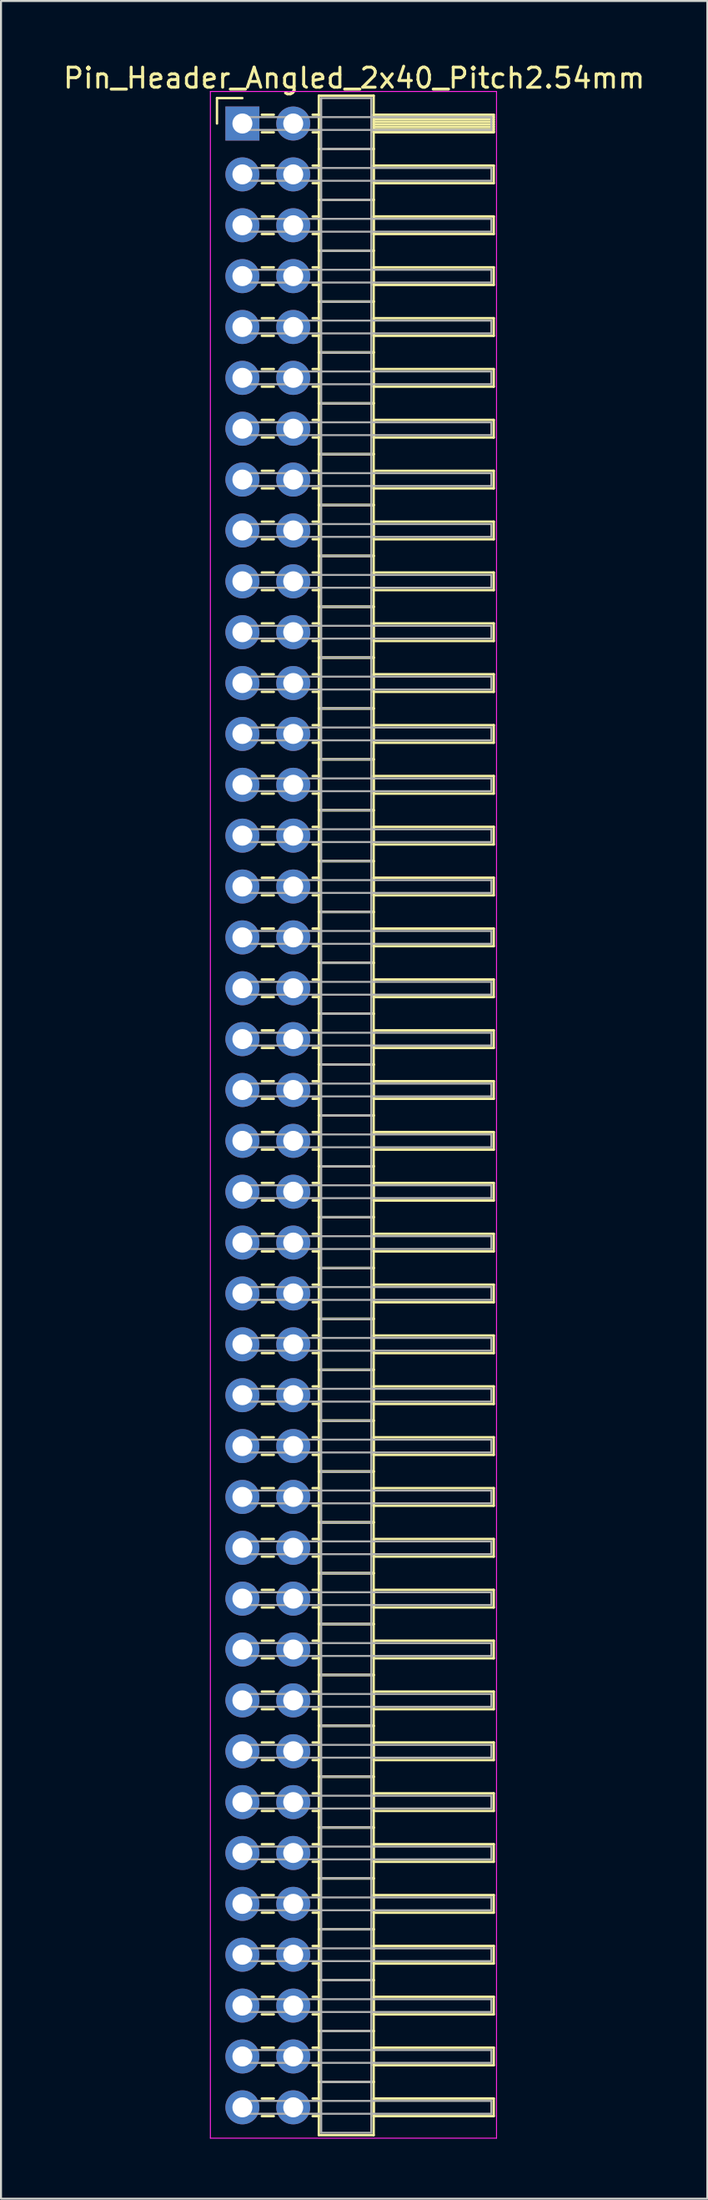
<source format=kicad_pcb>
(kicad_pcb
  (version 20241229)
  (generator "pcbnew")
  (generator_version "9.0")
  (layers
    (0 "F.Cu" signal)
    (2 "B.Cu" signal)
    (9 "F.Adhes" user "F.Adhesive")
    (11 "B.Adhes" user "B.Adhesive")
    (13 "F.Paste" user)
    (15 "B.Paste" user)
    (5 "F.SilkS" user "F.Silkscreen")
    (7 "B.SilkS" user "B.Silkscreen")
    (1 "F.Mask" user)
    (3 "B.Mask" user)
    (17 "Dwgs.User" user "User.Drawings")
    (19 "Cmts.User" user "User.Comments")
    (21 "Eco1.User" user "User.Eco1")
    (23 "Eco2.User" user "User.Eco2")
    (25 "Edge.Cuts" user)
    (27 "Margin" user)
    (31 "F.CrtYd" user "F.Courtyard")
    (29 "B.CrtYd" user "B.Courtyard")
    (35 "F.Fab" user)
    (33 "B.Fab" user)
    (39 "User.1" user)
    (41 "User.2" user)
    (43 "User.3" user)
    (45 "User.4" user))
  (footprint "Pin_Header_Angled_2x40_Pitch2.54mm"
    (layer "F.Cu")
    (at 9.064 3.118)
    (property "Reference" "Pin_Header_Angled_2x40_Pitch2.54mm" (at 5.585 -2.27 0) (layer "F.SilkS") (effects (font (size 1 1) (thickness 0.15))))
    (attr through_hole)
    (fp_line (start -1.27 -1.27) (end 0 -1.27) (stroke (width 0.12) (type solid)) (layer "F.SilkS"))
    (fp_line (start -1.27 0) (end -1.27 -1.27) (stroke (width 0.12) (type solid)) (layer "F.SilkS"))
    (fp_line (start 0.97 -0.44) (end 1.57 -0.44) (stroke (width 0.12) (type solid)) (layer "F.SilkS"))
    (fp_line (start 0.97 0.44) (end 1.57 0.44) (stroke (width 0.12) (type solid)) (layer "F.SilkS"))
    (fp_line (start 0.97 2.1) (end 1.57 2.1) (stroke (width 0.12) (type solid)) (layer "F.SilkS"))
    (fp_line (start 0.97 2.98) (end 1.57 2.98) (stroke (width 0.12) (type solid)) (layer "F.SilkS"))
    (fp_line (start 0.97 4.64) (end 1.57 4.64) (stroke (width 0.12) (type solid)) (layer "F.SilkS"))
    (fp_line (start 0.97 5.52) (end 1.57 5.52) (stroke (width 0.12) (type solid)) (layer "F.SilkS"))
    (fp_line (start 0.97 7.18) (end 1.57 7.18) (stroke (width 0.12) (type solid)) (layer "F.SilkS"))
    (fp_line (start 0.97 8.06) (end 1.57 8.06) (stroke (width 0.12) (type solid)) (layer "F.SilkS"))
    (fp_line (start 0.97 9.72) (end 1.57 9.72) (stroke (width 0.12) (type solid)) (layer "F.SilkS"))
    (fp_line (start 0.97 10.6) (end 1.57 10.6) (stroke (width 0.12) (type solid)) (layer "F.SilkS"))
    (fp_line (start 0.97 12.26) (end 1.57 12.26) (stroke (width 0.12) (type solid)) (layer "F.SilkS"))
    (fp_line (start 0.97 13.14) (end 1.57 13.14) (stroke (width 0.12) (type solid)) (layer "F.SilkS"))
    (fp_line (start 0.97 14.8) (end 1.57 14.8) (stroke (width 0.12) (type solid)) (layer "F.SilkS"))
    (fp_line (start 0.97 15.68) (end 1.57 15.68) (stroke (width 0.12) (type solid)) (layer "F.SilkS"))
    (fp_line (start 0.97 17.34) (end 1.57 17.34) (stroke (width 0.12) (type solid)) (layer "F.SilkS"))
    (fp_line (start 0.97 18.22) (end 1.57 18.22) (stroke (width 0.12) (type solid)) (layer "F.SilkS"))
    (fp_line (start 0.97 19.88) (end 1.57 19.88) (stroke (width 0.12) (type solid)) (layer "F.SilkS"))
    (fp_line (start 0.97 20.76) (end 1.57 20.76) (stroke (width 0.12) (type solid)) (layer "F.SilkS"))
    (fp_line (start 0.97 22.42) (end 1.57 22.42) (stroke (width 0.12) (type solid)) (layer "F.SilkS"))
    (fp_line (start 0.97 23.3) (end 1.57 23.3) (stroke (width 0.12) (type solid)) (layer "F.SilkS"))
    (fp_line (start 0.97 24.96) (end 1.57 24.96) (stroke (width 0.12) (type solid)) (layer "F.SilkS"))
    (fp_line (start 0.97 25.84) (end 1.57 25.84) (stroke (width 0.12) (type solid)) (layer "F.SilkS"))
    (fp_line (start 0.97 27.5) (end 1.57 27.5) (stroke (width 0.12) (type solid)) (layer "F.SilkS"))
    (fp_line (start 0.97 28.38) (end 1.57 28.38) (stroke (width 0.12) (type solid)) (layer "F.SilkS"))
    (fp_line (start 0.97 30.04) (end 1.57 30.04) (stroke (width 0.12) (type solid)) (layer "F.SilkS"))
    (fp_line (start 0.97 30.92) (end 1.57 30.92) (stroke (width 0.12) (type solid)) (layer "F.SilkS"))
    (fp_line (start 0.97 32.58) (end 1.57 32.58) (stroke (width 0.12) (type solid)) (layer "F.SilkS"))
    (fp_line (start 0.97 33.46) (end 1.57 33.46) (stroke (width 0.12) (type solid)) (layer "F.SilkS"))
    (fp_line (start 0.97 35.12) (end 1.57 35.12) (stroke (width 0.12) (type solid)) (layer "F.SilkS"))
    (fp_line (start 0.97 36) (end 1.57 36) (stroke (width 0.12) (type solid)) (layer "F.SilkS"))
    (fp_line (start 0.97 37.66) (end 1.57 37.66) (stroke (width 0.12) (type solid)) (layer "F.SilkS"))
    (fp_line (start 0.97 38.54) (end 1.57 38.54) (stroke (width 0.12) (type solid)) (layer "F.SilkS"))
    (fp_line (start 0.97 40.2) (end 1.57 40.2) (stroke (width 0.12) (type solid)) (layer "F.SilkS"))
    (fp_line (start 0.97 41.08) (end 1.57 41.08) (stroke (width 0.12) (type solid)) (layer "F.SilkS"))
    (fp_line (start 0.97 42.74) (end 1.57 42.74) (stroke (width 0.12) (type solid)) (layer "F.SilkS"))
    (fp_line (start 0.97 43.62) (end 1.57 43.62) (stroke (width 0.12) (type solid)) (layer "F.SilkS"))
    (fp_line (start 0.97 45.28) (end 1.57 45.28) (stroke (width 0.12) (type solid)) (layer "F.SilkS"))
    (fp_line (start 0.97 46.16) (end 1.57 46.16) (stroke (width 0.12) (type solid)) (layer "F.SilkS"))
    (fp_line (start 0.97 47.82) (end 1.57 47.82) (stroke (width 0.12) (type solid)) (layer "F.SilkS"))
    (fp_line (start 0.97 48.7) (end 1.57 48.7) (stroke (width 0.12) (type solid)) (layer "F.SilkS"))
    (fp_line (start 0.97 50.36) (end 1.57 50.36) (stroke (width 0.12) (type solid)) (layer "F.SilkS"))
    (fp_line (start 0.97 51.24) (end 1.57 51.24) (stroke (width 0.12) (type solid)) (layer "F.SilkS"))
    (fp_line (start 0.97 52.9) (end 1.57 52.9) (stroke (width 0.12) (type solid)) (layer "F.SilkS"))
    (fp_line (start 0.97 53.78) (end 1.57 53.78) (stroke (width 0.12) (type solid)) (layer "F.SilkS"))
    (fp_line (start 0.97 55.44) (end 1.57 55.44) (stroke (width 0.12) (type solid)) (layer "F.SilkS"))
    (fp_line (start 0.97 56.32) (end 1.57 56.32) (stroke (width 0.12) (type solid)) (layer "F.SilkS"))
    (fp_line (start 0.97 57.98) (end 1.57 57.98) (stroke (width 0.12) (type solid)) (layer "F.SilkS"))
    (fp_line (start 0.97 58.86) (end 1.57 58.86) (stroke (width 0.12) (type solid)) (layer "F.SilkS"))
    (fp_line (start 0.97 60.52) (end 1.57 60.52) (stroke (width 0.12) (type solid)) (layer "F.SilkS"))
    (fp_line (start 0.97 61.4) (end 1.57 61.4) (stroke (width 0.12) (type solid)) (layer "F.SilkS"))
    (fp_line (start 0.97 63.06) (end 1.57 63.06) (stroke (width 0.12) (type solid)) (layer "F.SilkS"))
    (fp_line (start 0.97 63.94) (end 1.57 63.94) (stroke (width 0.12) (type solid)) (layer "F.SilkS"))
    (fp_line (start 0.97 65.6) (end 1.57 65.6) (stroke (width 0.12) (type solid)) (layer "F.SilkS"))
    (fp_line (start 0.97 66.48) (end 1.57 66.48) (stroke (width 0.12) (type solid)) (layer "F.SilkS"))
    (fp_line (start 0.97 68.14) (end 1.57 68.14) (stroke (width 0.12) (type solid)) (layer "F.SilkS"))
    (fp_line (start 0.97 69.02) (end 1.57 69.02) (stroke (width 0.12) (type solid)) (layer "F.SilkS"))
    (fp_line (start 0.97 70.68) (end 1.57 70.68) (stroke (width 0.12) (type solid)) (layer "F.SilkS"))
    (fp_line (start 0.97 71.56) (end 1.57 71.56) (stroke (width 0.12) (type solid)) (layer "F.SilkS"))
    (fp_line (start 0.97 73.22) (end 1.57 73.22) (stroke (width 0.12) (type solid)) (layer "F.SilkS"))
    (fp_line (start 0.97 74.1) (end 1.57 74.1) (stroke (width 0.12) (type solid)) (layer "F.SilkS"))
    (fp_line (start 0.97 75.76) (end 1.57 75.76) (stroke (width 0.12) (type solid)) (layer "F.SilkS"))
    (fp_line (start 0.97 76.64) (end 1.57 76.64) (stroke (width 0.12) (type solid)) (layer "F.SilkS"))
    (fp_line (start 0.97 78.3) (end 1.57 78.3) (stroke (width 0.12) (type solid)) (layer "F.SilkS"))
    (fp_line (start 0.97 79.18) (end 1.57 79.18) (stroke (width 0.12) (type solid)) (layer "F.SilkS"))
    (fp_line (start 0.97 80.84) (end 1.57 80.84) (stroke (width 0.12) (type solid)) (layer "F.SilkS"))
    (fp_line (start 0.97 81.72) (end 1.57 81.72) (stroke (width 0.12) (type solid)) (layer "F.SilkS"))
    (fp_line (start 0.97 83.38) (end 1.57 83.38) (stroke (width 0.12) (type solid)) (layer "F.SilkS"))
    (fp_line (start 0.97 84.26) (end 1.57 84.26) (stroke (width 0.12) (type solid)) (layer "F.SilkS"))
    (fp_line (start 0.97 85.92) (end 1.57 85.92) (stroke (width 0.12) (type solid)) (layer "F.SilkS"))
    (fp_line (start 0.97 86.8) (end 1.57 86.8) (stroke (width 0.12) (type solid)) (layer "F.SilkS"))
    (fp_line (start 0.97 88.46) (end 1.57 88.46) (stroke (width 0.12) (type solid)) (layer "F.SilkS"))
    (fp_line (start 0.97 89.34) (end 1.57 89.34) (stroke (width 0.12) (type solid)) (layer "F.SilkS"))
    (fp_line (start 0.97 91) (end 1.57 91) (stroke (width 0.12) (type solid)) (layer "F.SilkS"))
    (fp_line (start 0.97 91.88) (end 1.57 91.88) (stroke (width 0.12) (type solid)) (layer "F.SilkS"))
    (fp_line (start 0.97 93.54) (end 1.57 93.54) (stroke (width 0.12) (type solid)) (layer "F.SilkS"))
    (fp_line (start 0.97 94.42) (end 1.57 94.42) (stroke (width 0.12) (type solid)) (layer "F.SilkS"))
    (fp_line (start 0.97 96.08) (end 1.57 96.08) (stroke (width 0.12) (type solid)) (layer "F.SilkS"))
    (fp_line (start 0.97 96.96) (end 1.57 96.96) (stroke (width 0.12) (type solid)) (layer "F.SilkS"))
    (fp_line (start 0.97 98.62) (end 1.57 98.62) (stroke (width 0.12) (type solid)) (layer "F.SilkS"))
    (fp_line (start 0.97 99.5) (end 1.57 99.5) (stroke (width 0.12) (type solid)) (layer "F.SilkS"))
    (fp_line (start 3.51 -0.44) (end 3.82 -0.44) (stroke (width 0.12) (type solid)) (layer "F.SilkS"))
    (fp_line (start 3.51 0.44) (end 3.82 0.44) (stroke (width 0.12) (type solid)) (layer "F.SilkS"))
    (fp_line (start 3.51 2.1) (end 3.82 2.1) (stroke (width 0.12) (type solid)) (layer "F.SilkS"))
    (fp_line (start 3.51 2.98) (end 3.82 2.98) (stroke (width 0.12) (type solid)) (layer "F.SilkS"))
    (fp_line (start 3.51 4.64) (end 3.82 4.64) (stroke (width 0.12) (type solid)) (layer "F.SilkS"))
    (fp_line (start 3.51 5.52) (end 3.82 5.52) (stroke (width 0.12) (type solid)) (layer "F.SilkS"))
    (fp_line (start 3.51 7.18) (end 3.82 7.18) (stroke (width 0.12) (type solid)) (layer "F.SilkS"))
    (fp_line (start 3.51 8.06) (end 3.82 8.06) (stroke (width 0.12) (type solid)) (layer "F.SilkS"))
    (fp_line (start 3.51 9.72) (end 3.82 9.72) (stroke (width 0.12) (type solid)) (layer "F.SilkS"))
    (fp_line (start 3.51 10.6) (end 3.82 10.6) (stroke (width 0.12) (type solid)) (layer "F.SilkS"))
    (fp_line (start 3.51 12.26) (end 3.82 12.26) (stroke (width 0.12) (type solid)) (layer "F.SilkS"))
    (fp_line (start 3.51 13.14) (end 3.82 13.14) (stroke (width 0.12) (type solid)) (layer "F.SilkS"))
    (fp_line (start 3.51 14.8) (end 3.82 14.8) (stroke (width 0.12) (type solid)) (layer "F.SilkS"))
    (fp_line (start 3.51 15.68) (end 3.82 15.68) (stroke (width 0.12) (type solid)) (layer "F.SilkS"))
    (fp_line (start 3.51 17.34) (end 3.82 17.34) (stroke (width 0.12) (type solid)) (layer "F.SilkS"))
    (fp_line (start 3.51 18.22) (end 3.82 18.22) (stroke (width 0.12) (type solid)) (layer "F.SilkS"))
    (fp_line (start 3.51 19.88) (end 3.82 19.88) (stroke (width 0.12) (type solid)) (layer "F.SilkS"))
    (fp_line (start 3.51 20.76) (end 3.82 20.76) (stroke (width 0.12) (type solid)) (layer "F.SilkS"))
    (fp_line (start 3.51 22.42) (end 3.82 22.42) (stroke (width 0.12) (type solid)) (layer "F.SilkS"))
    (fp_line (start 3.51 23.3) (end 3.82 23.3) (stroke (width 0.12) (type solid)) (layer "F.SilkS"))
    (fp_line (start 3.51 24.96) (end 3.82 24.96) (stroke (width 0.12) (type solid)) (layer "F.SilkS"))
    (fp_line (start 3.51 25.84) (end 3.82 25.84) (stroke (width 0.12) (type solid)) (layer "F.SilkS"))
    (fp_line (start 3.51 27.5) (end 3.82 27.5) (stroke (width 0.12) (type solid)) (layer "F.SilkS"))
    (fp_line (start 3.51 28.38) (end 3.82 28.38) (stroke (width 0.12) (type solid)) (layer "F.SilkS"))
    (fp_line (start 3.51 30.04) (end 3.82 30.04) (stroke (width 0.12) (type solid)) (layer "F.SilkS"))
    (fp_line (start 3.51 30.92) (end 3.82 30.92) (stroke (width 0.12) (type solid)) (layer "F.SilkS"))
    (fp_line (start 3.51 32.58) (end 3.82 32.58) (stroke (width 0.12) (type solid)) (layer "F.SilkS"))
    (fp_line (start 3.51 33.46) (end 3.82 33.46) (stroke (width 0.12) (type solid)) (layer "F.SilkS"))
    (fp_line (start 3.51 35.12) (end 3.82 35.12) (stroke (width 0.12) (type solid)) (layer "F.SilkS"))
    (fp_line (start 3.51 36) (end 3.82 36) (stroke (width 0.12) (type solid)) (layer "F.SilkS"))
    (fp_line (start 3.51 37.66) (end 3.82 37.66) (stroke (width 0.12) (type solid)) (layer "F.SilkS"))
    (fp_line (start 3.51 38.54) (end 3.82 38.54) (stroke (width 0.12) (type solid)) (layer "F.SilkS"))
    (fp_line (start 3.51 40.2) (end 3.82 40.2) (stroke (width 0.12) (type solid)) (layer "F.SilkS"))
    (fp_line (start 3.51 41.08) (end 3.82 41.08) (stroke (width 0.12) (type solid)) (layer "F.SilkS"))
    (fp_line (start 3.51 42.74) (end 3.82 42.74) (stroke (width 0.12) (type solid)) (layer "F.SilkS"))
    (fp_line (start 3.51 43.62) (end 3.82 43.62) (stroke (width 0.12) (type solid)) (layer "F.SilkS"))
    (fp_line (start 3.51 45.28) (end 3.82 45.28) (stroke (width 0.12) (type solid)) (layer "F.SilkS"))
    (fp_line (start 3.51 46.16) (end 3.82 46.16) (stroke (width 0.12) (type solid)) (layer "F.SilkS"))
    (fp_line (start 3.51 47.82) (end 3.82 47.82) (stroke (width 0.12) (type solid)) (layer "F.SilkS"))
    (fp_line (start 3.51 48.7) (end 3.82 48.7) (stroke (width 0.12) (type solid)) (layer "F.SilkS"))
    (fp_line (start 3.51 50.36) (end 3.82 50.36) (stroke (width 0.12) (type solid)) (layer "F.SilkS"))
    (fp_line (start 3.51 51.24) (end 3.82 51.24) (stroke (width 0.12) (type solid)) (layer "F.SilkS"))
    (fp_line (start 3.51 52.9) (end 3.82 52.9) (stroke (width 0.12) (type solid)) (layer "F.SilkS"))
    (fp_line (start 3.51 53.78) (end 3.82 53.78) (stroke (width 0.12) (type solid)) (layer "F.SilkS"))
    (fp_line (start 3.51 55.44) (end 3.82 55.44) (stroke (width 0.12) (type solid)) (layer "F.SilkS"))
    (fp_line (start 3.51 56.32) (end 3.82 56.32) (stroke (width 0.12) (type solid)) (layer "F.SilkS"))
    (fp_line (start 3.51 57.98) (end 3.82 57.98) (stroke (width 0.12) (type solid)) (layer "F.SilkS"))
    (fp_line (start 3.51 58.86) (end 3.82 58.86) (stroke (width 0.12) (type solid)) (layer "F.SilkS"))
    (fp_line (start 3.51 60.52) (end 3.82 60.52) (stroke (width 0.12) (type solid)) (layer "F.SilkS"))
    (fp_line (start 3.51 61.4) (end 3.82 61.4) (stroke (width 0.12) (type solid)) (layer "F.SilkS"))
    (fp_line (start 3.51 63.06) (end 3.82 63.06) (stroke (width 0.12) (type solid)) (layer "F.SilkS"))
    (fp_line (start 3.51 63.94) (end 3.82 63.94) (stroke (width 0.12) (type solid)) (layer "F.SilkS"))
    (fp_line (start 3.51 65.6) (end 3.82 65.6) (stroke (width 0.12) (type solid)) (layer "F.SilkS"))
    (fp_line (start 3.51 66.48) (end 3.82 66.48) (stroke (width 0.12) (type solid)) (layer "F.SilkS"))
    (fp_line (start 3.51 68.14) (end 3.82 68.14) (stroke (width 0.12) (type solid)) (layer "F.SilkS"))
    (fp_line (start 3.51 69.02) (end 3.82 69.02) (stroke (width 0.12) (type solid)) (layer "F.SilkS"))
    (fp_line (start 3.51 70.68) (end 3.82 70.68) (stroke (width 0.12) (type solid)) (layer "F.SilkS"))
    (fp_line (start 3.51 71.56) (end 3.82 71.56) (stroke (width 0.12) (type solid)) (layer "F.SilkS"))
    (fp_line (start 3.51 73.22) (end 3.82 73.22) (stroke (width 0.12) (type solid)) (layer "F.SilkS"))
    (fp_line (start 3.51 74.1) (end 3.82 74.1) (stroke (width 0.12) (type solid)) (layer "F.SilkS"))
    (fp_line (start 3.51 75.76) (end 3.82 75.76) (stroke (width 0.12) (type solid)) (layer "F.SilkS"))
    (fp_line (start 3.51 76.64) (end 3.82 76.64) (stroke (width 0.12) (type solid)) (layer "F.SilkS"))
    (fp_line (start 3.51 78.3) (end 3.82 78.3) (stroke (width 0.12) (type solid)) (layer "F.SilkS"))
    (fp_line (start 3.51 79.18) (end 3.82 79.18) (stroke (width 0.12) (type solid)) (layer "F.SilkS"))
    (fp_line (start 3.51 80.84) (end 3.82 80.84) (stroke (width 0.12) (type solid)) (layer "F.SilkS"))
    (fp_line (start 3.51 81.72) (end 3.82 81.72) (stroke (width 0.12) (type solid)) (layer "F.SilkS"))
    (fp_line (start 3.51 83.38) (end 3.82 83.38) (stroke (width 0.12) (type solid)) (layer "F.SilkS"))
    (fp_line (start 3.51 84.26) (end 3.82 84.26) (stroke (width 0.12) (type solid)) (layer "F.SilkS"))
    (fp_line (start 3.51 85.92) (end 3.82 85.92) (stroke (width 0.12) (type solid)) (layer "F.SilkS"))
    (fp_line (start 3.51 86.8) (end 3.82 86.8) (stroke (width 0.12) (type solid)) (layer "F.SilkS"))
    (fp_line (start 3.51 88.46) (end 3.82 88.46) (stroke (width 0.12) (type solid)) (layer "F.SilkS"))
    (fp_line (start 3.51 89.34) (end 3.82 89.34) (stroke (width 0.12) (type solid)) (layer "F.SilkS"))
    (fp_line (start 3.51 91) (end 3.82 91) (stroke (width 0.12) (type solid)) (layer "F.SilkS"))
    (fp_line (start 3.51 91.88) (end 3.82 91.88) (stroke (width 0.12) (type solid)) (layer "F.SilkS"))
    (fp_line (start 3.51 93.54) (end 3.82 93.54) (stroke (width 0.12) (type solid)) (layer "F.SilkS"))
    (fp_line (start 3.51 94.42) (end 3.82 94.42) (stroke (width 0.12) (type solid)) (layer "F.SilkS"))
    (fp_line (start 3.51 96.08) (end 3.82 96.08) (stroke (width 0.12) (type solid)) (layer "F.SilkS"))
    (fp_line (start 3.51 96.96) (end 3.82 96.96) (stroke (width 0.12) (type solid)) (layer "F.SilkS"))
    (fp_line (start 3.51 98.62) (end 3.82 98.62) (stroke (width 0.12) (type solid)) (layer "F.SilkS"))
    (fp_line (start 3.51 99.5) (end 3.82 99.5) (stroke (width 0.12) (type solid)) (layer "F.SilkS"))
    (fp_line (start 3.82 -1.39) (end 3.82 1.27) (stroke (width 0.12) (type solid)) (layer "F.SilkS"))
    (fp_line (start 3.82 1.27) (end 3.82 3.81) (stroke (width 0.12) (type solid)) (layer "F.SilkS"))
    (fp_line (start 3.82 1.27) (end 6.56 1.27) (stroke (width 0.12) (type solid)) (layer "F.SilkS"))
    (fp_line (start 3.82 3.81) (end 3.82 6.35) (stroke (width 0.12) (type solid)) (layer "F.SilkS"))
    (fp_line (start 3.82 3.81) (end 6.56 3.81) (stroke (width 0.12) (type solid)) (layer "F.SilkS"))
    (fp_line (start 3.82 6.35) (end 3.82 8.89) (stroke (width 0.12) (type solid)) (layer "F.SilkS"))
    (fp_line (start 3.82 6.35) (end 6.56 6.35) (stroke (width 0.12) (type solid)) (layer "F.SilkS"))
    (fp_line (start 3.82 8.89) (end 3.82 11.43) (stroke (width 0.12) (type solid)) (layer "F.SilkS"))
    (fp_line (start 3.82 8.89) (end 6.56 8.89) (stroke (width 0.12) (type solid)) (layer "F.SilkS"))
    (fp_line (start 3.82 11.43) (end 3.82 13.97) (stroke (width 0.12) (type solid)) (layer "F.SilkS"))
    (fp_line (start 3.82 11.43) (end 6.56 11.43) (stroke (width 0.12) (type solid)) (layer "F.SilkS"))
    (fp_line (start 3.82 13.97) (end 3.82 16.51) (stroke (width 0.12) (type solid)) (layer "F.SilkS"))
    (fp_line (start 3.82 13.97) (end 6.56 13.97) (stroke (width 0.12) (type solid)) (layer "F.SilkS"))
    (fp_line (start 3.82 16.51) (end 3.82 19.05) (stroke (width 0.12) (type solid)) (layer "F.SilkS"))
    (fp_line (start 3.82 16.51) (end 6.56 16.51) (stroke (width 0.12) (type solid)) (layer "F.SilkS"))
    (fp_line (start 3.82 19.05) (end 3.82 21.59) (stroke (width 0.12) (type solid)) (layer "F.SilkS"))
    (fp_line (start 3.82 19.05) (end 6.56 19.05) (stroke (width 0.12) (type solid)) (layer "F.SilkS"))
    (fp_line (start 3.82 21.59) (end 3.82 24.13) (stroke (width 0.12) (type solid)) (layer "F.SilkS"))
    (fp_line (start 3.82 21.59) (end 6.56 21.59) (stroke (width 0.12) (type solid)) (layer "F.SilkS"))
    (fp_line (start 3.82 24.13) (end 3.82 26.67) (stroke (width 0.12) (type solid)) (layer "F.SilkS"))
    (fp_line (start 3.82 24.13) (end 6.56 24.13) (stroke (width 0.12) (type solid)) (layer "F.SilkS"))
    (fp_line (start 3.82 26.67) (end 3.82 29.21) (stroke (width 0.12) (type solid)) (layer "F.SilkS"))
    (fp_line (start 3.82 26.67) (end 6.56 26.67) (stroke (width 0.12) (type solid)) (layer "F.SilkS"))
    (fp_line (start 3.82 29.21) (end 3.82 31.75) (stroke (width 0.12) (type solid)) (layer "F.SilkS"))
    (fp_line (start 3.82 29.21) (end 6.56 29.21) (stroke (width 0.12) (type solid)) (layer "F.SilkS"))
    (fp_line (start 3.82 31.75) (end 3.82 34.29) (stroke (width 0.12) (type solid)) (layer "F.SilkS"))
    (fp_line (start 3.82 31.75) (end 6.56 31.75) (stroke (width 0.12) (type solid)) (layer "F.SilkS"))
    (fp_line (start 3.82 34.29) (end 3.82 36.83) (stroke (width 0.12) (type solid)) (layer "F.SilkS"))
    (fp_line (start 3.82 34.29) (end 6.56 34.29) (stroke (width 0.12) (type solid)) (layer "F.SilkS"))
    (fp_line (start 3.82 36.83) (end 3.82 39.37) (stroke (width 0.12) (type solid)) (layer "F.SilkS"))
    (fp_line (start 3.82 36.83) (end 6.56 36.83) (stroke (width 0.12) (type solid)) (layer "F.SilkS"))
    (fp_line (start 3.82 39.37) (end 3.82 41.91) (stroke (width 0.12) (type solid)) (layer "F.SilkS"))
    (fp_line (start 3.82 39.37) (end 6.56 39.37) (stroke (width 0.12) (type solid)) (layer "F.SilkS"))
    (fp_line (start 3.82 41.91) (end 3.82 44.45) (stroke (width 0.12) (type solid)) (layer "F.SilkS"))
    (fp_line (start 3.82 41.91) (end 6.56 41.91) (stroke (width 0.12) (type solid)) (layer "F.SilkS"))
    (fp_line (start 3.82 44.45) (end 3.82 46.99) (stroke (width 0.12) (type solid)) (layer "F.SilkS"))
    (fp_line (start 3.82 44.45) (end 6.56 44.45) (stroke (width 0.12) (type solid)) (layer "F.SilkS"))
    (fp_line (start 3.82 46.99) (end 3.82 49.53) (stroke (width 0.12) (type solid)) (layer "F.SilkS"))
    (fp_line (start 3.82 46.99) (end 6.56 46.99) (stroke (width 0.12) (type solid)) (layer "F.SilkS"))
    (fp_line (start 3.82 49.53) (end 3.82 52.07) (stroke (width 0.12) (type solid)) (layer "F.SilkS"))
    (fp_line (start 3.82 49.53) (end 6.56 49.53) (stroke (width 0.12) (type solid)) (layer "F.SilkS"))
    (fp_line (start 3.82 52.07) (end 3.82 54.61) (stroke (width 0.12) (type solid)) (layer "F.SilkS"))
    (fp_line (start 3.82 52.07) (end 6.56 52.07) (stroke (width 0.12) (type solid)) (layer "F.SilkS"))
    (fp_line (start 3.82 54.61) (end 3.82 57.15) (stroke (width 0.12) (type solid)) (layer "F.SilkS"))
    (fp_line (start 3.82 54.61) (end 6.56 54.61) (stroke (width 0.12) (type solid)) (layer "F.SilkS"))
    (fp_line (start 3.82 57.15) (end 3.82 59.69) (stroke (width 0.12) (type solid)) (layer "F.SilkS"))
    (fp_line (start 3.82 57.15) (end 6.56 57.15) (stroke (width 0.12) (type solid)) (layer "F.SilkS"))
    (fp_line (start 3.82 59.69) (end 3.82 62.23) (stroke (width 0.12) (type solid)) (layer "F.SilkS"))
    (fp_line (start 3.82 59.69) (end 6.56 59.69) (stroke (width 0.12) (type solid)) (layer "F.SilkS"))
    (fp_line (start 3.82 62.23) (end 3.82 64.77) (stroke (width 0.12) (type solid)) (layer "F.SilkS"))
    (fp_line (start 3.82 62.23) (end 6.56 62.23) (stroke (width 0.12) (type solid)) (layer "F.SilkS"))
    (fp_line (start 3.82 64.77) (end 3.82 67.31) (stroke (width 0.12) (type solid)) (layer "F.SilkS"))
    (fp_line (start 3.82 64.77) (end 6.56 64.77) (stroke (width 0.12) (type solid)) (layer "F.SilkS"))
    (fp_line (start 3.82 67.31) (end 3.82 69.85) (stroke (width 0.12) (type solid)) (layer "F.SilkS"))
    (fp_line (start 3.82 67.31) (end 6.56 67.31) (stroke (width 0.12) (type solid)) (layer "F.SilkS"))
    (fp_line (start 3.82 69.85) (end 3.82 72.39) (stroke (width 0.12) (type solid)) (layer "F.SilkS"))
    (fp_line (start 3.82 69.85) (end 6.56 69.85) (stroke (width 0.12) (type solid)) (layer "F.SilkS"))
    (fp_line (start 3.82 72.39) (end 3.82 74.93) (stroke (width 0.12) (type solid)) (layer "F.SilkS"))
    (fp_line (start 3.82 72.39) (end 6.56 72.39) (stroke (width 0.12) (type solid)) (layer "F.SilkS"))
    (fp_line (start 3.82 74.93) (end 3.82 77.47) (stroke (width 0.12) (type solid)) (layer "F.SilkS"))
    (fp_line (start 3.82 74.93) (end 6.56 74.93) (stroke (width 0.12) (type solid)) (layer "F.SilkS"))
    (fp_line (start 3.82 77.47) (end 3.82 80.01) (stroke (width 0.12) (type solid)) (layer "F.SilkS"))
    (fp_line (start 3.82 77.47) (end 6.56 77.47) (stroke (width 0.12) (type solid)) (layer "F.SilkS"))
    (fp_line (start 3.82 80.01) (end 3.82 82.55) (stroke (width 0.12) (type solid)) (layer "F.SilkS"))
    (fp_line (start 3.82 80.01) (end 6.56 80.01) (stroke (width 0.12) (type solid)) (layer "F.SilkS"))
    (fp_line (start 3.82 82.55) (end 3.82 85.09) (stroke (width 0.12) (type solid)) (layer "F.SilkS"))
    (fp_line (start 3.82 82.55) (end 6.56 82.55) (stroke (width 0.12) (type solid)) (layer "F.SilkS"))
    (fp_line (start 3.82 85.09) (end 3.82 87.63) (stroke (width 0.12) (type solid)) (layer "F.SilkS"))
    (fp_line (start 3.82 85.09) (end 6.56 85.09) (stroke (width 0.12) (type solid)) (layer "F.SilkS"))
    (fp_line (start 3.82 87.63) (end 3.82 90.17) (stroke (width 0.12) (type solid)) (layer "F.SilkS"))
    (fp_line (start 3.82 87.63) (end 6.56 87.63) (stroke (width 0.12) (type solid)) (layer "F.SilkS"))
    (fp_line (start 3.82 90.17) (end 3.82 92.71) (stroke (width 0.12) (type solid)) (layer "F.SilkS"))
    (fp_line (start 3.82 90.17) (end 6.56 90.17) (stroke (width 0.12) (type solid)) (layer "F.SilkS"))
    (fp_line (start 3.82 92.71) (end 3.82 95.25) (stroke (width 0.12) (type solid)) (layer "F.SilkS"))
    (fp_line (start 3.82 92.71) (end 6.56 92.71) (stroke (width 0.12) (type solid)) (layer "F.SilkS"))
    (fp_line (start 3.82 95.25) (end 3.82 97.79) (stroke (width 0.12) (type solid)) (layer "F.SilkS"))
    (fp_line (start 3.82 95.25) (end 6.56 95.25) (stroke (width 0.12) (type solid)) (layer "F.SilkS"))
    (fp_line (start 3.82 97.79) (end 3.82 100.45) (stroke (width 0.12) (type solid)) (layer "F.SilkS"))
    (fp_line (start 3.82 97.79) (end 6.56 97.79) (stroke (width 0.12) (type solid)) (layer "F.SilkS"))
    (fp_line (start 3.82 100.45) (end 6.56 100.45) (stroke (width 0.12) (type solid)) (layer "F.SilkS"))
    (fp_line (start 6.56 -1.39) (end 3.82 -1.39) (stroke (width 0.12) (type solid)) (layer "F.SilkS"))
    (fp_line (start 6.56 -0.44) (end 6.56 0.44) (stroke (width 0.12) (type solid)) (layer "F.SilkS"))
    (fp_line (start 6.56 -0.32) (end 12.56 -0.32) (stroke (width 0.12) (type solid)) (layer "F.SilkS"))
    (fp_line (start 6.56 -0.2) (end 12.56 -0.2) (stroke (width 0.12) (type solid)) (layer "F.SilkS"))
    (fp_line (start 6.56 -0.08) (end 12.56 -0.08) (stroke (width 0.12) (type solid)) (layer "F.SilkS"))
    (fp_line (start 6.56 0.04) (end 12.56 0.04) (stroke (width 0.12) (type solid)) (layer "F.SilkS"))
    (fp_line (start 6.56 0.16) (end 12.56 0.16) (stroke (width 0.12) (type solid)) (layer "F.SilkS"))
    (fp_line (start 6.56 0.28) (end 12.56 0.28) (stroke (width 0.12) (type solid)) (layer "F.SilkS"))
    (fp_line (start 6.56 0.4) (end 12.56 0.4) (stroke (width 0.12) (type solid)) (layer "F.SilkS"))
    (fp_line (start 6.56 0.44) (end 12.56 0.44) (stroke (width 0.12) (type solid)) (layer "F.SilkS"))
    (fp_line (start 6.56 1.27) (end 3.82 1.27) (stroke (width 0.12) (type solid)) (layer "F.SilkS"))
    (fp_line (start 6.56 1.27) (end 6.56 -1.39) (stroke (width 0.12) (type solid)) (layer "F.SilkS"))
    (fp_line (start 6.56 2.1) (end 6.56 2.98) (stroke (width 0.12) (type solid)) (layer "F.SilkS"))
    (fp_line (start 6.56 2.98) (end 12.56 2.98) (stroke (width 0.12) (type solid)) (layer "F.SilkS"))
    (fp_line (start 6.56 3.81) (end 3.82 3.81) (stroke (width 0.12) (type solid)) (layer "F.SilkS"))
    (fp_line (start 6.56 3.81) (end 6.56 1.27) (stroke (width 0.12) (type solid)) (layer "F.SilkS"))
    (fp_line (start 6.56 4.64) (end 6.56 5.52) (stroke (width 0.12) (type solid)) (layer "F.SilkS"))
    (fp_line (start 6.56 5.52) (end 12.56 5.52) (stroke (width 0.12) (type solid)) (layer "F.SilkS"))
    (fp_line (start 6.56 6.35) (end 3.82 6.35) (stroke (width 0.12) (type solid)) (layer "F.SilkS"))
    (fp_line (start 6.56 6.35) (end 6.56 3.81) (stroke (width 0.12) (type solid)) (layer "F.SilkS"))
    (fp_line (start 6.56 7.18) (end 6.56 8.06) (stroke (width 0.12) (type solid)) (layer "F.SilkS"))
    (fp_line (start 6.56 8.06) (end 12.56 8.06) (stroke (width 0.12) (type solid)) (layer "F.SilkS"))
    (fp_line (start 6.56 8.89) (end 3.82 8.89) (stroke (width 0.12) (type solid)) (layer "F.SilkS"))
    (fp_line (start 6.56 8.89) (end 6.56 6.35) (stroke (width 0.12) (type solid)) (layer "F.SilkS"))
    (fp_line (start 6.56 9.72) (end 6.56 10.6) (stroke (width 0.12) (type solid)) (layer "F.SilkS"))
    (fp_line (start 6.56 10.6) (end 12.56 10.6) (stroke (width 0.12) (type solid)) (layer "F.SilkS"))
    (fp_line (start 6.56 11.43) (end 3.82 11.43) (stroke (width 0.12) (type solid)) (layer "F.SilkS"))
    (fp_line (start 6.56 11.43) (end 6.56 8.89) (stroke (width 0.12) (type solid)) (layer "F.SilkS"))
    (fp_line (start 6.56 12.26) (end 6.56 13.14) (stroke (width 0.12) (type solid)) (layer "F.SilkS"))
    (fp_line (start 6.56 13.14) (end 12.56 13.14) (stroke (width 0.12) (type solid)) (layer "F.SilkS"))
    (fp_line (start 6.56 13.97) (end 3.82 13.97) (stroke (width 0.12) (type solid)) (layer "F.SilkS"))
    (fp_line (start 6.56 13.97) (end 6.56 11.43) (stroke (width 0.12) (type solid)) (layer "F.SilkS"))
    (fp_line (start 6.56 14.8) (end 6.56 15.68) (stroke (width 0.12) (type solid)) (layer "F.SilkS"))
    (fp_line (start 6.56 15.68) (end 12.56 15.68) (stroke (width 0.12) (type solid)) (layer "F.SilkS"))
    (fp_line (start 6.56 16.51) (end 3.82 16.51) (stroke (width 0.12) (type solid)) (layer "F.SilkS"))
    (fp_line (start 6.56 16.51) (end 6.56 13.97) (stroke (width 0.12) (type solid)) (layer "F.SilkS"))
    (fp_line (start 6.56 17.34) (end 6.56 18.22) (stroke (width 0.12) (type solid)) (layer "F.SilkS"))
    (fp_line (start 6.56 18.22) (end 12.56 18.22) (stroke (width 0.12) (type solid)) (layer "F.SilkS"))
    (fp_line (start 6.56 19.05) (end 3.82 19.05) (stroke (width 0.12) (type solid)) (layer "F.SilkS"))
    (fp_line (start 6.56 19.05) (end 6.56 16.51) (stroke (width 0.12) (type solid)) (layer "F.SilkS"))
    (fp_line (start 6.56 19.88) (end 6.56 20.76) (stroke (width 0.12) (type solid)) (layer "F.SilkS"))
    (fp_line (start 6.56 20.76) (end 12.56 20.76) (stroke (width 0.12) (type solid)) (layer "F.SilkS"))
    (fp_line (start 6.56 21.59) (end 3.82 21.59) (stroke (width 0.12) (type solid)) (layer "F.SilkS"))
    (fp_line (start 6.56 21.59) (end 6.56 19.05) (stroke (width 0.12) (type solid)) (layer "F.SilkS"))
    (fp_line (start 6.56 22.42) (end 6.56 23.3) (stroke (width 0.12) (type solid)) (layer "F.SilkS"))
    (fp_line (start 6.56 23.3) (end 12.56 23.3) (stroke (width 0.12) (type solid)) (layer "F.SilkS"))
    (fp_line (start 6.56 24.13) (end 3.82 24.13) (stroke (width 0.12) (type solid)) (layer "F.SilkS"))
    (fp_line (start 6.56 24.13) (end 6.56 21.59) (stroke (width 0.12) (type solid)) (layer "F.SilkS"))
    (fp_line (start 6.56 24.96) (end 6.56 25.84) (stroke (width 0.12) (type solid)) (layer "F.SilkS"))
    (fp_line (start 6.56 25.84) (end 12.56 25.84) (stroke (width 0.12) (type solid)) (layer "F.SilkS"))
    (fp_line (start 6.56 26.67) (end 3.82 26.67) (stroke (width 0.12) (type solid)) (layer "F.SilkS"))
    (fp_line (start 6.56 26.67) (end 6.56 24.13) (stroke (width 0.12) (type solid)) (layer "F.SilkS"))
    (fp_line (start 6.56 27.5) (end 6.56 28.38) (stroke (width 0.12) (type solid)) (layer "F.SilkS"))
    (fp_line (start 6.56 28.38) (end 12.56 28.38) (stroke (width 0.12) (type solid)) (layer "F.SilkS"))
    (fp_line (start 6.56 29.21) (end 3.82 29.21) (stroke (width 0.12) (type solid)) (layer "F.SilkS"))
    (fp_line (start 6.56 29.21) (end 6.56 26.67) (stroke (width 0.12) (type solid)) (layer "F.SilkS"))
    (fp_line (start 6.56 30.04) (end 6.56 30.92) (stroke (width 0.12) (type solid)) (layer "F.SilkS"))
    (fp_line (start 6.56 30.92) (end 12.56 30.92) (stroke (width 0.12) (type solid)) (layer "F.SilkS"))
    (fp_line (start 6.56 31.75) (end 3.82 31.75) (stroke (width 0.12) (type solid)) (layer "F.SilkS"))
    (fp_line (start 6.56 31.75) (end 6.56 29.21) (stroke (width 0.12) (type solid)) (layer "F.SilkS"))
    (fp_line (start 6.56 32.58) (end 6.56 33.46) (stroke (width 0.12) (type solid)) (layer "F.SilkS"))
    (fp_line (start 6.56 33.46) (end 12.56 33.46) (stroke (width 0.12) (type solid)) (layer "F.SilkS"))
    (fp_line (start 6.56 34.29) (end 3.82 34.29) (stroke (width 0.12) (type solid)) (layer "F.SilkS"))
    (fp_line (start 6.56 34.29) (end 6.56 31.75) (stroke (width 0.12) (type solid)) (layer "F.SilkS"))
    (fp_line (start 6.56 35.12) (end 6.56 36) (stroke (width 0.12) (type solid)) (layer "F.SilkS"))
    (fp_line (start 6.56 36) (end 12.56 36) (stroke (width 0.12) (type solid)) (layer "F.SilkS"))
    (fp_line (start 6.56 36.83) (end 3.82 36.83) (stroke (width 0.12) (type solid)) (layer "F.SilkS"))
    (fp_line (start 6.56 36.83) (end 6.56 34.29) (stroke (width 0.12) (type solid)) (layer "F.SilkS"))
    (fp_line (start 6.56 37.66) (end 6.56 38.54) (stroke (width 0.12) (type solid)) (layer "F.SilkS"))
    (fp_line (start 6.56 38.54) (end 12.56 38.54) (stroke (width 0.12) (type solid)) (layer "F.SilkS"))
    (fp_line (start 6.56 39.37) (end 3.82 39.37) (stroke (width 0.12) (type solid)) (layer "F.SilkS"))
    (fp_line (start 6.56 39.37) (end 6.56 36.83) (stroke (width 0.12) (type solid)) (layer "F.SilkS"))
    (fp_line (start 6.56 40.2) (end 6.56 41.08) (stroke (width 0.12) (type solid)) (layer "F.SilkS"))
    (fp_line (start 6.56 41.08) (end 12.56 41.08) (stroke (width 0.12) (type solid)) (layer "F.SilkS"))
    (fp_line (start 6.56 41.91) (end 3.82 41.91) (stroke (width 0.12) (type solid)) (layer "F.SilkS"))
    (fp_line (start 6.56 41.91) (end 6.56 39.37) (stroke (width 0.12) (type solid)) (layer "F.SilkS"))
    (fp_line (start 6.56 42.74) (end 6.56 43.62) (stroke (width 0.12) (type solid)) (layer "F.SilkS"))
    (fp_line (start 6.56 43.62) (end 12.56 43.62) (stroke (width 0.12) (type solid)) (layer "F.SilkS"))
    (fp_line (start 6.56 44.45) (end 3.82 44.45) (stroke (width 0.12) (type solid)) (layer "F.SilkS"))
    (fp_line (start 6.56 44.45) (end 6.56 41.91) (stroke (width 0.12) (type solid)) (layer "F.SilkS"))
    (fp_line (start 6.56 45.28) (end 6.56 46.16) (stroke (width 0.12) (type solid)) (layer "F.SilkS"))
    (fp_line (start 6.56 46.16) (end 12.56 46.16) (stroke (width 0.12) (type solid)) (layer "F.SilkS"))
    (fp_line (start 6.56 46.99) (end 3.82 46.99) (stroke (width 0.12) (type solid)) (layer "F.SilkS"))
    (fp_line (start 6.56 46.99) (end 6.56 44.45) (stroke (width 0.12) (type solid)) (layer "F.SilkS"))
    (fp_line (start 6.56 47.82) (end 6.56 48.7) (stroke (width 0.12) (type solid)) (layer "F.SilkS"))
    (fp_line (start 6.56 48.7) (end 12.56 48.7) (stroke (width 0.12) (type solid)) (layer "F.SilkS"))
    (fp_line (start 6.56 49.53) (end 3.82 49.53) (stroke (width 0.12) (type solid)) (layer "F.SilkS"))
    (fp_line (start 6.56 49.53) (end 6.56 46.99) (stroke (width 0.12) (type solid)) (layer "F.SilkS"))
    (fp_line (start 6.56 50.36) (end 6.56 51.24) (stroke (width 0.12) (type solid)) (layer "F.SilkS"))
    (fp_line (start 6.56 51.24) (end 12.56 51.24) (stroke (width 0.12) (type solid)) (layer "F.SilkS"))
    (fp_line (start 6.56 52.07) (end 3.82 52.07) (stroke (width 0.12) (type solid)) (layer "F.SilkS"))
    (fp_line (start 6.56 52.07) (end 6.56 49.53) (stroke (width 0.12) (type solid)) (layer "F.SilkS"))
    (fp_line (start 6.56 52.9) (end 6.56 53.78) (stroke (width 0.12) (type solid)) (layer "F.SilkS"))
    (fp_line (start 6.56 53.78) (end 12.56 53.78) (stroke (width 0.12) (type solid)) (layer "F.SilkS"))
    (fp_line (start 6.56 54.61) (end 3.82 54.61) (stroke (width 0.12) (type solid)) (layer "F.SilkS"))
    (fp_line (start 6.56 54.61) (end 6.56 52.07) (stroke (width 0.12) (type solid)) (layer "F.SilkS"))
    (fp_line (start 6.56 55.44) (end 6.56 56.32) (stroke (width 0.12) (type solid)) (layer "F.SilkS"))
    (fp_line (start 6.56 56.32) (end 12.56 56.32) (stroke (width 0.12) (type solid)) (layer "F.SilkS"))
    (fp_line (start 6.56 57.15) (end 3.82 57.15) (stroke (width 0.12) (type solid)) (layer "F.SilkS"))
    (fp_line (start 6.56 57.15) (end 6.56 54.61) (stroke (width 0.12) (type solid)) (layer "F.SilkS"))
    (fp_line (start 6.56 57.98) (end 6.56 58.86) (stroke (width 0.12) (type solid)) (layer "F.SilkS"))
    (fp_line (start 6.56 58.86) (end 12.56 58.86) (stroke (width 0.12) (type solid)) (layer "F.SilkS"))
    (fp_line (start 6.56 59.69) (end 3.82 59.69) (stroke (width 0.12) (type solid)) (layer "F.SilkS"))
    (fp_line (start 6.56 59.69) (end 6.56 57.15) (stroke (width 0.12) (type solid)) (layer "F.SilkS"))
    (fp_line (start 6.56 60.52) (end 6.56 61.4) (stroke (width 0.12) (type solid)) (layer "F.SilkS"))
    (fp_line (start 6.56 61.4) (end 12.56 61.4) (stroke (width 0.12) (type solid)) (layer "F.SilkS"))
    (fp_line (start 6.56 62.23) (end 3.82 62.23) (stroke (width 0.12) (type solid)) (layer "F.SilkS"))
    (fp_line (start 6.56 62.23) (end 6.56 59.69) (stroke (width 0.12) (type solid)) (layer "F.SilkS"))
    (fp_line (start 6.56 63.06) (end 6.56 63.94) (stroke (width 0.12) (type solid)) (layer "F.SilkS"))
    (fp_line (start 6.56 63.94) (end 12.56 63.94) (stroke (width 0.12) (type solid)) (layer "F.SilkS"))
    (fp_line (start 6.56 64.77) (end 3.82 64.77) (stroke (width 0.12) (type solid)) (layer "F.SilkS"))
    (fp_line (start 6.56 64.77) (end 6.56 62.23) (stroke (width 0.12) (type solid)) (layer "F.SilkS"))
    (fp_line (start 6.56 65.6) (end 6.56 66.48) (stroke (width 0.12) (type solid)) (layer "F.SilkS"))
    (fp_line (start 6.56 66.48) (end 12.56 66.48) (stroke (width 0.12) (type solid)) (layer "F.SilkS"))
    (fp_line (start 6.56 67.31) (end 3.82 67.31) (stroke (width 0.12) (type solid)) (layer "F.SilkS"))
    (fp_line (start 6.56 67.31) (end 6.56 64.77) (stroke (width 0.12) (type solid)) (layer "F.SilkS"))
    (fp_line (start 6.56 68.14) (end 6.56 69.02) (stroke (width 0.12) (type solid)) (layer "F.SilkS"))
    (fp_line (start 6.56 69.02) (end 12.56 69.02) (stroke (width 0.12) (type solid)) (layer "F.SilkS"))
    (fp_line (start 6.56 69.85) (end 3.82 69.85) (stroke (width 0.12) (type solid)) (layer "F.SilkS"))
    (fp_line (start 6.56 69.85) (end 6.56 67.31) (stroke (width 0.12) (type solid)) (layer "F.SilkS"))
    (fp_line (start 6.56 70.68) (end 6.56 71.56) (stroke (width 0.12) (type solid)) (layer "F.SilkS"))
    (fp_line (start 6.56 71.56) (end 12.56 71.56) (stroke (width 0.12) (type solid)) (layer "F.SilkS"))
    (fp_line (start 6.56 72.39) (end 3.82 72.39) (stroke (width 0.12) (type solid)) (layer "F.SilkS"))
    (fp_line (start 6.56 72.39) (end 6.56 69.85) (stroke (width 0.12) (type solid)) (layer "F.SilkS"))
    (fp_line (start 6.56 73.22) (end 6.56 74.1) (stroke (width 0.12) (type solid)) (layer "F.SilkS"))
    (fp_line (start 6.56 74.1) (end 12.56 74.1) (stroke (width 0.12) (type solid)) (layer "F.SilkS"))
    (fp_line (start 6.56 74.93) (end 3.82 74.93) (stroke (width 0.12) (type solid)) (layer "F.SilkS"))
    (fp_line (start 6.56 74.93) (end 6.56 72.39) (stroke (width 0.12) (type solid)) (layer "F.SilkS"))
    (fp_line (start 6.56 75.76) (end 6.56 76.64) (stroke (width 0.12) (type solid)) (layer "F.SilkS"))
    (fp_line (start 6.56 76.64) (end 12.56 76.64) (stroke (width 0.12) (type solid)) (layer "F.SilkS"))
    (fp_line (start 6.56 77.47) (end 3.82 77.47) (stroke (width 0.12) (type solid)) (layer "F.SilkS"))
    (fp_line (start 6.56 77.47) (end 6.56 74.93) (stroke (width 0.12) (type solid)) (layer "F.SilkS"))
    (fp_line (start 6.56 78.3) (end 6.56 79.18) (stroke (width 0.12) (type solid)) (layer "F.SilkS"))
    (fp_line (start 6.56 79.18) (end 12.56 79.18) (stroke (width 0.12) (type solid)) (layer "F.SilkS"))
    (fp_line (start 6.56 80.01) (end 3.82 80.01) (stroke (width 0.12) (type solid)) (layer "F.SilkS"))
    (fp_line (start 6.56 80.01) (end 6.56 77.47) (stroke (width 0.12) (type solid)) (layer "F.SilkS"))
    (fp_line (start 6.56 80.84) (end 6.56 81.72) (stroke (width 0.12) (type solid)) (layer "F.SilkS"))
    (fp_line (start 6.56 81.72) (end 12.56 81.72) (stroke (width 0.12) (type solid)) (layer "F.SilkS"))
    (fp_line (start 6.56 82.55) (end 3.82 82.55) (stroke (width 0.12) (type solid)) (layer "F.SilkS"))
    (fp_line (start 6.56 82.55) (end 6.56 80.01) (stroke (width 0.12) (type solid)) (layer "F.SilkS"))
    (fp_line (start 6.56 83.38) (end 6.56 84.26) (stroke (width 0.12) (type solid)) (layer "F.SilkS"))
    (fp_line (start 6.56 84.26) (end 12.56 84.26) (stroke (width 0.12) (type solid)) (layer "F.SilkS"))
    (fp_line (start 6.56 85.09) (end 3.82 85.09) (stroke (width 0.12) (type solid)) (layer "F.SilkS"))
    (fp_line (start 6.56 85.09) (end 6.56 82.55) (stroke (width 0.12) (type solid)) (layer "F.SilkS"))
    (fp_line (start 6.56 85.92) (end 6.56 86.8) (stroke (width 0.12) (type solid)) (layer "F.SilkS"))
    (fp_line (start 6.56 86.8) (end 12.56 86.8) (stroke (width 0.12) (type solid)) (layer "F.SilkS"))
    (fp_line (start 6.56 87.63) (end 3.82 87.63) (stroke (width 0.12) (type solid)) (layer "F.SilkS"))
    (fp_line (start 6.56 87.63) (end 6.56 85.09) (stroke (width 0.12) (type solid)) (layer "F.SilkS"))
    (fp_line (start 6.56 88.46) (end 6.56 89.34) (stroke (width 0.12) (type solid)) (layer "F.SilkS"))
    (fp_line (start 6.56 89.34) (end 12.56 89.34) (stroke (width 0.12) (type solid)) (layer "F.SilkS"))
    (fp_line (start 6.56 90.17) (end 3.82 90.17) (stroke (width 0.12) (type solid)) (layer "F.SilkS"))
    (fp_line (start 6.56 90.17) (end 6.56 87.63) (stroke (width 0.12) (type solid)) (layer "F.SilkS"))
    (fp_line (start 6.56 91) (end 6.56 91.88) (stroke (width 0.12) (type solid)) (layer "F.SilkS"))
    (fp_line (start 6.56 91.88) (end 12.56 91.88) (stroke (width 0.12) (type solid)) (layer "F.SilkS"))
    (fp_line (start 6.56 92.71) (end 3.82 92.71) (stroke (width 0.12) (type solid)) (layer "F.SilkS"))
    (fp_line (start 6.56 92.71) (end 6.56 90.17) (stroke (width 0.12) (type solid)) (layer "F.SilkS"))
    (fp_line (start 6.56 93.54) (end 6.56 94.42) (stroke (width 0.12) (type solid)) (layer "F.SilkS"))
    (fp_line (start 6.56 94.42) (end 12.56 94.42) (stroke (width 0.12) (type solid)) (layer "F.SilkS"))
    (fp_line (start 6.56 95.25) (end 3.82 95.25) (stroke (width 0.12) (type solid)) (layer "F.SilkS"))
    (fp_line (start 6.56 95.25) (end 6.56 92.71) (stroke (width 0.12) (type solid)) (layer "F.SilkS"))
    (fp_line (start 6.56 96.08) (end 6.56 96.96) (stroke (width 0.12) (type solid)) (layer "F.SilkS"))
    (fp_line (start 6.56 96.96) (end 12.56 96.96) (stroke (width 0.12) (type solid)) (layer "F.SilkS"))
    (fp_line (start 6.56 97.79) (end 3.82 97.79) (stroke (width 0.12) (type solid)) (layer "F.SilkS"))
    (fp_line (start 6.56 97.79) (end 6.56 95.25) (stroke (width 0.12) (type solid)) (layer "F.SilkS"))
    (fp_line (start 6.56 98.62) (end 6.56 99.5) (stroke (width 0.12) (type solid)) (layer "F.SilkS"))
    (fp_line (start 6.56 99.5) (end 12.56 99.5) (stroke (width 0.12) (type solid)) (layer "F.SilkS"))
    (fp_line (start 6.56 100.45) (end 6.56 97.79) (stroke (width 0.12) (type solid)) (layer "F.SilkS"))
    (fp_line (start 12.56 -0.44) (end 6.56 -0.44) (stroke (width 0.12) (type solid)) (layer "F.SilkS"))
    (fp_line (start 12.56 0.44) (end 12.56 -0.44) (stroke (width 0.12) (type solid)) (layer "F.SilkS"))
    (fp_line (start 12.56 2.1) (end 6.56 2.1) (stroke (width 0.12) (type solid)) (layer "F.SilkS"))
    (fp_line (start 12.56 2.98) (end 12.56 2.1) (stroke (width 0.12) (type solid)) (layer "F.SilkS"))
    (fp_line (start 12.56 4.64) (end 6.56 4.64) (stroke (width 0.12) (type solid)) (layer "F.SilkS"))
    (fp_line (start 12.56 5.52) (end 12.56 4.64) (stroke (width 0.12) (type solid)) (layer "F.SilkS"))
    (fp_line (start 12.56 7.18) (end 6.56 7.18) (stroke (width 0.12) (type solid)) (layer "F.SilkS"))
    (fp_line (start 12.56 8.06) (end 12.56 7.18) (stroke (width 0.12) (type solid)) (layer "F.SilkS"))
    (fp_line (start 12.56 9.72) (end 6.56 9.72) (stroke (width 0.12) (type solid)) (layer "F.SilkS"))
    (fp_line (start 12.56 10.6) (end 12.56 9.72) (stroke (width 0.12) (type solid)) (layer "F.SilkS"))
    (fp_line (start 12.56 12.26) (end 6.56 12.26) (stroke (width 0.12) (type solid)) (layer "F.SilkS"))
    (fp_line (start 12.56 13.14) (end 12.56 12.26) (stroke (width 0.12) (type solid)) (layer "F.SilkS"))
    (fp_line (start 12.56 14.8) (end 6.56 14.8) (stroke (width 0.12) (type solid)) (layer "F.SilkS"))
    (fp_line (start 12.56 15.68) (end 12.56 14.8) (stroke (width 0.12) (type solid)) (layer "F.SilkS"))
    (fp_line (start 12.56 17.34) (end 6.56 17.34) (stroke (width 0.12) (type solid)) (layer "F.SilkS"))
    (fp_line (start 12.56 18.22) (end 12.56 17.34) (stroke (width 0.12) (type solid)) (layer "F.SilkS"))
    (fp_line (start 12.56 19.88) (end 6.56 19.88) (stroke (width 0.12) (type solid)) (layer "F.SilkS"))
    (fp_line (start 12.56 20.76) (end 12.56 19.88) (stroke (width 0.12) (type solid)) (layer "F.SilkS"))
    (fp_line (start 12.56 22.42) (end 6.56 22.42) (stroke (width 0.12) (type solid)) (layer "F.SilkS"))
    (fp_line (start 12.56 23.3) (end 12.56 22.42) (stroke (width 0.12) (type solid)) (layer "F.SilkS"))
    (fp_line (start 12.56 24.96) (end 6.56 24.96) (stroke (width 0.12) (type solid)) (layer "F.SilkS"))
    (fp_line (start 12.56 25.84) (end 12.56 24.96) (stroke (width 0.12) (type solid)) (layer "F.SilkS"))
    (fp_line (start 12.56 27.5) (end 6.56 27.5) (stroke (width 0.12) (type solid)) (layer "F.SilkS"))
    (fp_line (start 12.56 28.38) (end 12.56 27.5) (stroke (width 0.12) (type solid)) (layer "F.SilkS"))
    (fp_line (start 12.56 30.04) (end 6.56 30.04) (stroke (width 0.12) (type solid)) (layer "F.SilkS"))
    (fp_line (start 12.56 30.92) (end 12.56 30.04) (stroke (width 0.12) (type solid)) (layer "F.SilkS"))
    (fp_line (start 12.56 32.58) (end 6.56 32.58) (stroke (width 0.12) (type solid)) (layer "F.SilkS"))
    (fp_line (start 12.56 33.46) (end 12.56 32.58) (stroke (width 0.12) (type solid)) (layer "F.SilkS"))
    (fp_line (start 12.56 35.12) (end 6.56 35.12) (stroke (width 0.12) (type solid)) (layer "F.SilkS"))
    (fp_line (start 12.56 36) (end 12.56 35.12) (stroke (width 0.12) (type solid)) (layer "F.SilkS"))
    (fp_line (start 12.56 37.66) (end 6.56 37.66) (stroke (width 0.12) (type solid)) (layer "F.SilkS"))
    (fp_line (start 12.56 38.54) (end 12.56 37.66) (stroke (width 0.12) (type solid)) (layer "F.SilkS"))
    (fp_line (start 12.56 40.2) (end 6.56 40.2) (stroke (width 0.12) (type solid)) (layer "F.SilkS"))
    (fp_line (start 12.56 41.08) (end 12.56 40.2) (stroke (width 0.12) (type solid)) (layer "F.SilkS"))
    (fp_line (start 12.56 42.74) (end 6.56 42.74) (stroke (width 0.12) (type solid)) (layer "F.SilkS"))
    (fp_line (start 12.56 43.62) (end 12.56 42.74) (stroke (width 0.12) (type solid)) (layer "F.SilkS"))
    (fp_line (start 12.56 45.28) (end 6.56 45.28) (stroke (width 0.12) (type solid)) (layer "F.SilkS"))
    (fp_line (start 12.56 46.16) (end 12.56 45.28) (stroke (width 0.12) (type solid)) (layer "F.SilkS"))
    (fp_line (start 12.56 47.82) (end 6.56 47.82) (stroke (width 0.12) (type solid)) (layer "F.SilkS"))
    (fp_line (start 12.56 48.7) (end 12.56 47.82) (stroke (width 0.12) (type solid)) (layer "F.SilkS"))
    (fp_line (start 12.56 50.36) (end 6.56 50.36) (stroke (width 0.12) (type solid)) (layer "F.SilkS"))
    (fp_line (start 12.56 51.24) (end 12.56 50.36) (stroke (width 0.12) (type solid)) (layer "F.SilkS"))
    (fp_line (start 12.56 52.9) (end 6.56 52.9) (stroke (width 0.12) (type solid)) (layer "F.SilkS"))
    (fp_line (start 12.56 53.78) (end 12.56 52.9) (stroke (width 0.12) (type solid)) (layer "F.SilkS"))
    (fp_line (start 12.56 55.44) (end 6.56 55.44) (stroke (width 0.12) (type solid)) (layer "F.SilkS"))
    (fp_line (start 12.56 56.32) (end 12.56 55.44) (stroke (width 0.12) (type solid)) (layer "F.SilkS"))
    (fp_line (start 12.56 57.98) (end 6.56 57.98) (stroke (width 0.12) (type solid)) (layer "F.SilkS"))
    (fp_line (start 12.56 58.86) (end 12.56 57.98) (stroke (width 0.12) (type solid)) (layer "F.SilkS"))
    (fp_line (start 12.56 60.52) (end 6.56 60.52) (stroke (width 0.12) (type solid)) (layer "F.SilkS"))
    (fp_line (start 12.56 61.4) (end 12.56 60.52) (stroke (width 0.12) (type solid)) (layer "F.SilkS"))
    (fp_line (start 12.56 63.06) (end 6.56 63.06) (stroke (width 0.12) (type solid)) (layer "F.SilkS"))
    (fp_line (start 12.56 63.94) (end 12.56 63.06) (stroke (width 0.12) (type solid)) (layer "F.SilkS"))
    (fp_line (start 12.56 65.6) (end 6.56 65.6) (stroke (width 0.12) (type solid)) (layer "F.SilkS"))
    (fp_line (start 12.56 66.48) (end 12.56 65.6) (stroke (width 0.12) (type solid)) (layer "F.SilkS"))
    (fp_line (start 12.56 68.14) (end 6.56 68.14) (stroke (width 0.12) (type solid)) (layer "F.SilkS"))
    (fp_line (start 12.56 69.02) (end 12.56 68.14) (stroke (width 0.12) (type solid)) (layer "F.SilkS"))
    (fp_line (start 12.56 70.68) (end 6.56 70.68) (stroke (width 0.12) (type solid)) (layer "F.SilkS"))
    (fp_line (start 12.56 71.56) (end 12.56 70.68) (stroke (width 0.12) (type solid)) (layer "F.SilkS"))
    (fp_line (start 12.56 73.22) (end 6.56 73.22) (stroke (width 0.12) (type solid)) (layer "F.SilkS"))
    (fp_line (start 12.56 74.1) (end 12.56 73.22) (stroke (width 0.12) (type solid)) (layer "F.SilkS"))
    (fp_line (start 12.56 75.76) (end 6.56 75.76) (stroke (width 0.12) (type solid)) (layer "F.SilkS"))
    (fp_line (start 12.56 76.64) (end 12.56 75.76) (stroke (width 0.12) (type solid)) (layer "F.SilkS"))
    (fp_line (start 12.56 78.3) (end 6.56 78.3) (stroke (width 0.12) (type solid)) (layer "F.SilkS"))
    (fp_line (start 12.56 79.18) (end 12.56 78.3) (stroke (width 0.12) (type solid)) (layer "F.SilkS"))
    (fp_line (start 12.56 80.84) (end 6.56 80.84) (stroke (width 0.12) (type solid)) (layer "F.SilkS"))
    (fp_line (start 12.56 81.72) (end 12.56 80.84) (stroke (width 0.12) (type solid)) (layer "F.SilkS"))
    (fp_line (start 12.56 83.38) (end 6.56 83.38) (stroke (width 0.12) (type solid)) (layer "F.SilkS"))
    (fp_line (start 12.56 84.26) (end 12.56 83.38) (stroke (width 0.12) (type solid)) (layer "F.SilkS"))
    (fp_line (start 12.56 85.92) (end 6.56 85.92) (stroke (width 0.12) (type solid)) (layer "F.SilkS"))
    (fp_line (start 12.56 86.8) (end 12.56 85.92) (stroke (width 0.12) (type solid)) (layer "F.SilkS"))
    (fp_line (start 12.56 88.46) (end 6.56 88.46) (stroke (width 0.12) (type solid)) (layer "F.SilkS"))
    (fp_line (start 12.56 89.34) (end 12.56 88.46) (stroke (width 0.12) (type solid)) (layer "F.SilkS"))
    (fp_line (start 12.56 91) (end 6.56 91) (stroke (width 0.12) (type solid)) (layer "F.SilkS"))
    (fp_line (start 12.56 91.88) (end 12.56 91) (stroke (width 0.12) (type solid)) (layer "F.SilkS"))
    (fp_line (start 12.56 93.54) (end 6.56 93.54) (stroke (width 0.12) (type solid)) (layer "F.SilkS"))
    (fp_line (start 12.56 94.42) (end 12.56 93.54) (stroke (width 0.12) (type solid)) (layer "F.SilkS"))
    (fp_line (start 12.56 96.08) (end 6.56 96.08) (stroke (width 0.12) (type solid)) (layer "F.SilkS"))
    (fp_line (start 12.56 96.96) (end 12.56 96.08) (stroke (width 0.12) (type solid)) (layer "F.SilkS"))
    (fp_line (start 12.56 98.62) (end 6.56 98.62) (stroke (width 0.12) (type solid)) (layer "F.SilkS"))
    (fp_line (start 12.56 99.5) (end 12.56 98.62) (stroke (width 0.12) (type solid)) (layer "F.SilkS"))
    (fp_line (start -1.6 -1.6) (end -1.6 100.6) (stroke (width 0.05) (type solid)) (layer "F.CrtYd"))
    (fp_line (start -1.6 100.6) (end 12.7 100.6) (stroke (width 0.05) (type solid)) (layer "F.CrtYd"))
    (fp_line (start 12.7 -1.6) (end -1.6 -1.6) (stroke (width 0.05) (type solid)) (layer "F.CrtYd"))
    (fp_line (start 12.7 100.6) (end 12.7 -1.6) (stroke (width 0.05) (type solid)) (layer "F.CrtYd"))
    (fp_line (start 0 -0.32) (end 0 0.32) (stroke (width 0.1) (type solid)) (layer "F.Fab"))
    (fp_line (start 0 0.32) (end 12.44 0.32) (stroke (width 0.1) (type solid)) (layer "F.Fab"))
    (fp_line (start 0 2.22) (end 0 2.86) (stroke (width 0.1) (type solid)) (layer "F.Fab"))
    (fp_line (start 0 2.86) (end 12.44 2.86) (stroke (width 0.1) (type solid)) (layer "F.Fab"))
    (fp_line (start 0 4.76) (end 0 5.4) (stroke (width 0.1) (type solid)) (layer "F.Fab"))
    (fp_line (start 0 5.4) (end 12.44 5.4) (stroke (width 0.1) (type solid)) (layer "F.Fab"))
    (fp_line (start 0 7.3) (end 0 7.94) (stroke (width 0.1) (type solid)) (layer "F.Fab"))
    (fp_line (start 0 7.94) (end 12.44 7.94) (stroke (width 0.1) (type solid)) (layer "F.Fab"))
    (fp_line (start 0 9.84) (end 0 10.48) (stroke (width 0.1) (type solid)) (layer "F.Fab"))
    (fp_line (start 0 10.48) (end 12.44 10.48) (stroke (width 0.1) (type solid)) (layer "F.Fab"))
    (fp_line (start 0 12.38) (end 0 13.02) (stroke (width 0.1) (type solid)) (layer "F.Fab"))
    (fp_line (start 0 13.02) (end 12.44 13.02) (stroke (width 0.1) (type solid)) (layer "F.Fab"))
    (fp_line (start 0 14.92) (end 0 15.56) (stroke (width 0.1) (type solid)) (layer "F.Fab"))
    (fp_line (start 0 15.56) (end 12.44 15.56) (stroke (width 0.1) (type solid)) (layer "F.Fab"))
    (fp_line (start 0 17.46) (end 0 18.1) (stroke (width 0.1) (type solid)) (layer "F.Fab"))
    (fp_line (start 0 18.1) (end 12.44 18.1) (stroke (width 0.1) (type solid)) (layer "F.Fab"))
    (fp_line (start 0 20) (end 0 20.64) (stroke (width 0.1) (type solid)) (layer "F.Fab"))
    (fp_line (start 0 20.64) (end 12.44 20.64) (stroke (width 0.1) (type solid)) (layer "F.Fab"))
    (fp_line (start 0 22.54) (end 0 23.18) (stroke (width 0.1) (type solid)) (layer "F.Fab"))
    (fp_line (start 0 23.18) (end 12.44 23.18) (stroke (width 0.1) (type solid)) (layer "F.Fab"))
    (fp_line (start 0 25.08) (end 0 25.72) (stroke (width 0.1) (type solid)) (layer "F.Fab"))
    (fp_line (start 0 25.72) (end 12.44 25.72) (stroke (width 0.1) (type solid)) (layer "F.Fab"))
    (fp_line (start 0 27.62) (end 0 28.26) (stroke (width 0.1) (type solid)) (layer "F.Fab"))
    (fp_line (start 0 28.26) (end 12.44 28.26) (stroke (width 0.1) (type solid)) (layer "F.Fab"))
    (fp_line (start 0 30.16) (end 0 30.8) (stroke (width 0.1) (type solid)) (layer "F.Fab"))
    (fp_line (start 0 30.8) (end 12.44 30.8) (stroke (width 0.1) (type solid)) (layer "F.Fab"))
    (fp_line (start 0 32.7) (end 0 33.34) (stroke (width 0.1) (type solid)) (layer "F.Fab"))
    (fp_line (start 0 33.34) (end 12.44 33.34) (stroke (width 0.1) (type solid)) (layer "F.Fab"))
    (fp_line (start 0 35.24) (end 0 35.88) (stroke (width 0.1) (type solid)) (layer "F.Fab"))
    (fp_line (start 0 35.88) (end 12.44 35.88) (stroke (width 0.1) (type solid)) (layer "F.Fab"))
    (fp_line (start 0 37.78) (end 0 38.42) (stroke (width 0.1) (type solid)) (layer "F.Fab"))
    (fp_line (start 0 38.42) (end 12.44 38.42) (stroke (width 0.1) (type solid)) (layer "F.Fab"))
    (fp_line (start 0 40.32) (end 0 40.96) (stroke (width 0.1) (type solid)) (layer "F.Fab"))
    (fp_line (start 0 40.96) (end 12.44 40.96) (stroke (width 0.1) (type solid)) (layer "F.Fab"))
    (fp_line (start 0 42.86) (end 0 43.5) (stroke (width 0.1) (type solid)) (layer "F.Fab"))
    (fp_line (start 0 43.5) (end 12.44 43.5) (stroke (width 0.1) (type solid)) (layer "F.Fab"))
    (fp_line (start 0 45.4) (end 0 46.04) (stroke (width 0.1) (type solid)) (layer "F.Fab"))
    (fp_line (start 0 46.04) (end 12.44 46.04) (stroke (width 0.1) (type solid)) (layer "F.Fab"))
    (fp_line (start 0 47.94) (end 0 48.58) (stroke (width 0.1) (type solid)) (layer "F.Fab"))
    (fp_line (start 0 48.58) (end 12.44 48.58) (stroke (width 0.1) (type solid)) (layer "F.Fab"))
    (fp_line (start 0 50.48) (end 0 51.12) (stroke (width 0.1) (type solid)) (layer "F.Fab"))
    (fp_line (start 0 51.12) (end 12.44 51.12) (stroke (width 0.1) (type solid)) (layer "F.Fab"))
    (fp_line (start 0 53.02) (end 0 53.66) (stroke (width 0.1) (type solid)) (layer "F.Fab"))
    (fp_line (start 0 53.66) (end 12.44 53.66) (stroke (width 0.1) (type solid)) (layer "F.Fab"))
    (fp_line (start 0 55.56) (end 0 56.2) (stroke (width 0.1) (type solid)) (layer "F.Fab"))
    (fp_line (start 0 56.2) (end 12.44 56.2) (stroke (width 0.1) (type solid)) (layer "F.Fab"))
    (fp_line (start 0 58.1) (end 0 58.74) (stroke (width 0.1) (type solid)) (layer "F.Fab"))
    (fp_line (start 0 58.74) (end 12.44 58.74) (stroke (width 0.1) (type solid)) (layer "F.Fab"))
    (fp_line (start 0 60.64) (end 0 61.28) (stroke (width 0.1) (type solid)) (layer "F.Fab"))
    (fp_line (start 0 61.28) (end 12.44 61.28) (stroke (width 0.1) (type solid)) (layer "F.Fab"))
    (fp_line (start 0 63.18) (end 0 63.82) (stroke (width 0.1) (type solid)) (layer "F.Fab"))
    (fp_line (start 0 63.82) (end 12.44 63.82) (stroke (width 0.1) (type solid)) (layer "F.Fab"))
    (fp_line (start 0 65.72) (end 0 66.36) (stroke (width 0.1) (type solid)) (layer "F.Fab"))
    (fp_line (start 0 66.36) (end 12.44 66.36) (stroke (width 0.1) (type solid)) (layer "F.Fab"))
    (fp_line (start 0 68.26) (end 0 68.9) (stroke (width 0.1) (type solid)) (layer "F.Fab"))
    (fp_line (start 0 68.9) (end 12.44 68.9) (stroke (width 0.1) (type solid)) (layer "F.Fab"))
    (fp_line (start 0 70.8) (end 0 71.44) (stroke (width 0.1) (type solid)) (layer "F.Fab"))
    (fp_line (start 0 71.44) (end 12.44 71.44) (stroke (width 0.1) (type solid)) (layer "F.Fab"))
    (fp_line (start 0 73.34) (end 0 73.98) (stroke (width 0.1) (type solid)) (layer "F.Fab"))
    (fp_line (start 0 73.98) (end 12.44 73.98) (stroke (width 0.1) (type solid)) (layer "F.Fab"))
    (fp_line (start 0 75.88) (end 0 76.52) (stroke (width 0.1) (type solid)) (layer "F.Fab"))
    (fp_line (start 0 76.52) (end 12.44 76.52) (stroke (width 0.1) (type solid)) (layer "F.Fab"))
    (fp_line (start 0 78.42) (end 0 79.06) (stroke (width 0.1) (type solid)) (layer "F.Fab"))
    (fp_line (start 0 79.06) (end 12.44 79.06) (stroke (width 0.1) (type solid)) (layer "F.Fab"))
    (fp_line (start 0 80.96) (end 0 81.6) (stroke (width 0.1) (type solid)) (layer "F.Fab"))
    (fp_line (start 0 81.6) (end 12.44 81.6) (stroke (width 0.1) (type solid)) (layer "F.Fab"))
    (fp_line (start 0 83.5) (end 0 84.14) (stroke (width 0.1) (type solid)) (layer "F.Fab"))
    (fp_line (start 0 84.14) (end 12.44 84.14) (stroke (width 0.1) (type solid)) (layer "F.Fab"))
    (fp_line (start 0 86.04) (end 0 86.68) (stroke (width 0.1) (type solid)) (layer "F.Fab"))
    (fp_line (start 0 86.68) (end 12.44 86.68) (stroke (width 0.1) (type solid)) (layer "F.Fab"))
    (fp_line (start 0 88.58) (end 0 89.22) (stroke (width 0.1) (type solid)) (layer "F.Fab"))
    (fp_line (start 0 89.22) (end 12.44 89.22) (stroke (width 0.1) (type solid)) (layer "F.Fab"))
    (fp_line (start 0 91.12) (end 0 91.76) (stroke (width 0.1) (type solid)) (layer "F.Fab"))
    (fp_line (start 0 91.76) (end 12.44 91.76) (stroke (width 0.1) (type solid)) (layer "F.Fab"))
    (fp_line (start 0 93.66) (end 0 94.3) (stroke (width 0.1) (type solid)) (layer "F.Fab"))
    (fp_line (start 0 94.3) (end 12.44 94.3) (stroke (width 0.1) (type solid)) (layer "F.Fab"))
    (fp_line (start 0 96.2) (end 0 96.84) (stroke (width 0.1) (type solid)) (layer "F.Fab"))
    (fp_line (start 0 96.84) (end 12.44 96.84) (stroke (width 0.1) (type solid)) (layer "F.Fab"))
    (fp_line (start 0 98.74) (end 0 99.38) (stroke (width 0.1) (type solid)) (layer "F.Fab"))
    (fp_line (start 0 99.38) (end 12.44 99.38) (stroke (width 0.1) (type solid)) (layer "F.Fab"))
    (fp_line (start 3.94 -1.27) (end 3.94 1.27) (stroke (width 0.1) (type solid)) (layer "F.Fab"))
    (fp_line (start 3.94 1.27) (end 3.94 3.81) (stroke (width 0.1) (type solid)) (layer "F.Fab"))
    (fp_line (start 3.94 1.27) (end 6.44 1.27) (stroke (width 0.1) (type solid)) (layer "F.Fab"))
    (fp_line (start 3.94 3.81) (end 3.94 6.35) (stroke (width 0.1) (type solid)) (layer "F.Fab"))
    (fp_line (start 3.94 3.81) (end 6.44 3.81) (stroke (width 0.1) (type solid)) (layer "F.Fab"))
    (fp_line (start 3.94 6.35) (end 3.94 8.89) (stroke (width 0.1) (type solid)) (layer "F.Fab"))
    (fp_line (start 3.94 6.35) (end 6.44 6.35) (stroke (width 0.1) (type solid)) (layer "F.Fab"))
    (fp_line (start 3.94 8.89) (end 3.94 11.43) (stroke (width 0.1) (type solid)) (layer "F.Fab"))
    (fp_line (start 3.94 8.89) (end 6.44 8.89) (stroke (width 0.1) (type solid)) (layer "F.Fab"))
    (fp_line (start 3.94 11.43) (end 3.94 13.97) (stroke (width 0.1) (type solid)) (layer "F.Fab"))
    (fp_line (start 3.94 11.43) (end 6.44 11.43) (stroke (width 0.1) (type solid)) (layer "F.Fab"))
    (fp_line (start 3.94 13.97) (end 3.94 16.51) (stroke (width 0.1) (type solid)) (layer "F.Fab"))
    (fp_line (start 3.94 13.97) (end 6.44 13.97) (stroke (width 0.1) (type solid)) (layer "F.Fab"))
    (fp_line (start 3.94 16.51) (end 3.94 19.05) (stroke (width 0.1) (type solid)) (layer "F.Fab"))
    (fp_line (start 3.94 16.51) (end 6.44 16.51) (stroke (width 0.1) (type solid)) (layer "F.Fab"))
    (fp_line (start 3.94 19.05) (end 3.94 21.59) (stroke (width 0.1) (type solid)) (layer "F.Fab"))
    (fp_line (start 3.94 19.05) (end 6.44 19.05) (stroke (width 0.1) (type solid)) (layer "F.Fab"))
    (fp_line (start 3.94 21.59) (end 3.94 24.13) (stroke (width 0.1) (type solid)) (layer "F.Fab"))
    (fp_line (start 3.94 21.59) (end 6.44 21.59) (stroke (width 0.1) (type solid)) (layer "F.Fab"))
    (fp_line (start 3.94 24.13) (end 3.94 26.67) (stroke (width 0.1) (type solid)) (layer "F.Fab"))
    (fp_line (start 3.94 24.13) (end 6.44 24.13) (stroke (width 0.1) (type solid)) (layer "F.Fab"))
    (fp_line (start 3.94 26.67) (end 3.94 29.21) (stroke (width 0.1) (type solid)) (layer "F.Fab"))
    (fp_line (start 3.94 26.67) (end 6.44 26.67) (stroke (width 0.1) (type solid)) (layer "F.Fab"))
    (fp_line (start 3.94 29.21) (end 3.94 31.75) (stroke (width 0.1) (type solid)) (layer "F.Fab"))
    (fp_line (start 3.94 29.21) (end 6.44 29.21) (stroke (width 0.1) (type solid)) (layer "F.Fab"))
    (fp_line (start 3.94 31.75) (end 3.94 34.29) (stroke (width 0.1) (type solid)) (layer "F.Fab"))
    (fp_line (start 3.94 31.75) (end 6.44 31.75) (stroke (width 0.1) (type solid)) (layer "F.Fab"))
    (fp_line (start 3.94 34.29) (end 3.94 36.83) (stroke (width 0.1) (type solid)) (layer "F.Fab"))
    (fp_line (start 3.94 34.29) (end 6.44 34.29) (stroke (width 0.1) (type solid)) (layer "F.Fab"))
    (fp_line (start 3.94 36.83) (end 3.94 39.37) (stroke (width 0.1) (type solid)) (layer "F.Fab"))
    (fp_line (start 3.94 36.83) (end 6.44 36.83) (stroke (width 0.1) (type solid)) (layer "F.Fab"))
    (fp_line (start 3.94 39.37) (end 3.94 41.91) (stroke (width 0.1) (type solid)) (layer "F.Fab"))
    (fp_line (start 3.94 39.37) (end 6.44 39.37) (stroke (width 0.1) (type solid)) (layer "F.Fab"))
    (fp_line (start 3.94 41.91) (end 3.94 44.45) (stroke (width 0.1) (type solid)) (layer "F.Fab"))
    (fp_line (start 3.94 41.91) (end 6.44 41.91) (stroke (width 0.1) (type solid)) (layer "F.Fab"))
    (fp_line (start 3.94 44.45) (end 3.94 46.99) (stroke (width 0.1) (type solid)) (layer "F.Fab"))
    (fp_line (start 3.94 44.45) (end 6.44 44.45) (stroke (width 0.1) (type solid)) (layer "F.Fab"))
    (fp_line (start 3.94 46.99) (end 3.94 49.53) (stroke (width 0.1) (type solid)) (layer "F.Fab"))
    (fp_line (start 3.94 46.99) (end 6.44 46.99) (stroke (width 0.1) (type solid)) (layer "F.Fab"))
    (fp_line (start 3.94 49.53) (end 3.94 52.07) (stroke (width 0.1) (type solid)) (layer "F.Fab"))
    (fp_line (start 3.94 49.53) (end 6.44 49.53) (stroke (width 0.1) (type solid)) (layer "F.Fab"))
    (fp_line (start 3.94 52.07) (end 3.94 54.61) (stroke (width 0.1) (type solid)) (layer "F.Fab"))
    (fp_line (start 3.94 52.07) (end 6.44 52.07) (stroke (width 0.1) (type solid)) (layer "F.Fab"))
    (fp_line (start 3.94 54.61) (end 3.94 57.15) (stroke (width 0.1) (type solid)) (layer "F.Fab"))
    (fp_line (start 3.94 54.61) (end 6.44 54.61) (stroke (width 0.1) (type solid)) (layer "F.Fab"))
    (fp_line (start 3.94 57.15) (end 3.94 59.69) (stroke (width 0.1) (type solid)) (layer "F.Fab"))
    (fp_line (start 3.94 57.15) (end 6.44 57.15) (stroke (width 0.1) (type solid)) (layer "F.Fab"))
    (fp_line (start 3.94 59.69) (end 3.94 62.23) (stroke (width 0.1) (type solid)) (layer "F.Fab"))
    (fp_line (start 3.94 59.69) (end 6.44 59.69) (stroke (width 0.1) (type solid)) (layer "F.Fab"))
    (fp_line (start 3.94 62.23) (end 3.94 64.77) (stroke (width 0.1) (type solid)) (layer "F.Fab"))
    (fp_line (start 3.94 62.23) (end 6.44 62.23) (stroke (width 0.1) (type solid)) (layer "F.Fab"))
    (fp_line (start 3.94 64.77) (end 3.94 67.31) (stroke (width 0.1) (type solid)) (layer "F.Fab"))
    (fp_line (start 3.94 64.77) (end 6.44 64.77) (stroke (width 0.1) (type solid)) (layer "F.Fab"))
    (fp_line (start 3.94 67.31) (end 3.94 69.85) (stroke (width 0.1) (type solid)) (layer "F.Fab"))
    (fp_line (start 3.94 67.31) (end 6.44 67.31) (stroke (width 0.1) (type solid)) (layer "F.Fab"))
    (fp_line (start 3.94 69.85) (end 3.94 72.39) (stroke (width 0.1) (type solid)) (layer "F.Fab"))
    (fp_line (start 3.94 69.85) (end 6.44 69.85) (stroke (width 0.1) (type solid)) (layer "F.Fab"))
    (fp_line (start 3.94 72.39) (end 3.94 74.93) (stroke (width 0.1) (type solid)) (layer "F.Fab"))
    (fp_line (start 3.94 72.39) (end 6.44 72.39) (stroke (width 0.1) (type solid)) (layer "F.Fab"))
    (fp_line (start 3.94 74.93) (end 3.94 77.47) (stroke (width 0.1) (type solid)) (layer "F.Fab"))
    (fp_line (start 3.94 74.93) (end 6.44 74.93) (stroke (width 0.1) (type solid)) (layer "F.Fab"))
    (fp_line (start 3.94 77.47) (end 3.94 80.01) (stroke (width 0.1) (type solid)) (layer "F.Fab"))
    (fp_line (start 3.94 77.47) (end 6.44 77.47) (stroke (width 0.1) (type solid)) (layer "F.Fab"))
    (fp_line (start 3.94 80.01) (end 3.94 82.55) (stroke (width 0.1) (type solid)) (layer "F.Fab"))
    (fp_line (start 3.94 80.01) (end 6.44 80.01) (stroke (width 0.1) (type solid)) (layer "F.Fab"))
    (fp_line (start 3.94 82.55) (end 3.94 85.09) (stroke (width 0.1) (type solid)) (layer "F.Fab"))
    (fp_line (start 3.94 82.55) (end 6.44 82.55) (stroke (width 0.1) (type solid)) (layer "F.Fab"))
    (fp_line (start 3.94 85.09) (end 3.94 87.63) (stroke (width 0.1) (type solid)) (layer "F.Fab"))
    (fp_line (start 3.94 85.09) (end 6.44 85.09) (stroke (width 0.1) (type solid)) (layer "F.Fab"))
    (fp_line (start 3.94 87.63) (end 3.94 90.17) (stroke (width 0.1) (type solid)) (layer "F.Fab"))
    (fp_line (start 3.94 87.63) (end 6.44 87.63) (stroke (width 0.1) (type solid)) (layer "F.Fab"))
    (fp_line (start 3.94 90.17) (end 3.94 92.71) (stroke (width 0.1) (type solid)) (layer "F.Fab"))
    (fp_line (start 3.94 90.17) (end 6.44 90.17) (stroke (width 0.1) (type solid)) (layer "F.Fab"))
    (fp_line (start 3.94 92.71) (end 3.94 95.25) (stroke (width 0.1) (type solid)) (layer "F.Fab"))
    (fp_line (start 3.94 92.71) (end 6.44 92.71) (stroke (width 0.1) (type solid)) (layer "F.Fab"))
    (fp_line (start 3.94 95.25) (end 3.94 97.79) (stroke (width 0.1) (type solid)) (layer "F.Fab"))
    (fp_line (start 3.94 95.25) (end 6.44 95.25) (stroke (width 0.1) (type solid)) (layer "F.Fab"))
    (fp_line (start 3.94 97.79) (end 3.94 100.33) (stroke (width 0.1) (type solid)) (layer "F.Fab"))
    (fp_line (start 3.94 97.79) (end 6.44 97.79) (stroke (width 0.1) (type solid)) (layer "F.Fab"))
    (fp_line (start 3.94 100.33) (end 6.44 100.33) (stroke (width 0.1) (type solid)) (layer "F.Fab"))
    (fp_line (start 6.44 -1.27) (end 3.94 -1.27) (stroke (width 0.1) (type solid)) (layer "F.Fab"))
    (fp_line (start 6.44 1.27) (end 3.94 1.27) (stroke (width 0.1) (type solid)) (layer "F.Fab"))
    (fp_line (start 6.44 1.27) (end 6.44 -1.27) (stroke (width 0.1) (type solid)) (layer "F.Fab"))
    (fp_line (start 6.44 3.81) (end 3.94 3.81) (stroke (width 0.1) (type solid)) (layer "F.Fab"))
    (fp_line (start 6.44 3.81) (end 6.44 1.27) (stroke (width 0.1) (type solid)) (layer "F.Fab"))
    (fp_line (start 6.44 6.35) (end 3.94 6.35) (stroke (width 0.1) (type solid)) (layer "F.Fab"))
    (fp_line (start 6.44 6.35) (end 6.44 3.81) (stroke (width 0.1) (type solid)) (layer "F.Fab"))
    (fp_line (start 6.44 8.89) (end 3.94 8.89) (stroke (width 0.1) (type solid)) (layer "F.Fab"))
    (fp_line (start 6.44 8.89) (end 6.44 6.35) (stroke (width 0.1) (type solid)) (layer "F.Fab"))
    (fp_line (start 6.44 11.43) (end 3.94 11.43) (stroke (width 0.1) (type solid)) (layer "F.Fab"))
    (fp_line (start 6.44 11.43) (end 6.44 8.89) (stroke (width 0.1) (type solid)) (layer "F.Fab"))
    (fp_line (start 6.44 13.97) (end 3.94 13.97) (stroke (width 0.1) (type solid)) (layer "F.Fab"))
    (fp_line (start 6.44 13.97) (end 6.44 11.43) (stroke (width 0.1) (type solid)) (layer "F.Fab"))
    (fp_line (start 6.44 16.51) (end 3.94 16.51) (stroke (width 0.1) (type solid)) (layer "F.Fab"))
    (fp_line (start 6.44 16.51) (end 6.44 13.97) (stroke (width 0.1) (type solid)) (layer "F.Fab"))
    (fp_line (start 6.44 19.05) (end 3.94 19.05) (stroke (width 0.1) (type solid)) (layer "F.Fab"))
    (fp_line (start 6.44 19.05) (end 6.44 16.51) (stroke (width 0.1) (type solid)) (layer "F.Fab"))
    (fp_line (start 6.44 21.59) (end 3.94 21.59) (stroke (width 0.1) (type solid)) (layer "F.Fab"))
    (fp_line (start 6.44 21.59) (end 6.44 19.05) (stroke (width 0.1) (type solid)) (layer "F.Fab"))
    (fp_line (start 6.44 24.13) (end 3.94 24.13) (stroke (width 0.1) (type solid)) (layer "F.Fab"))
    (fp_line (start 6.44 24.13) (end 6.44 21.59) (stroke (width 0.1) (type solid)) (layer "F.Fab"))
    (fp_line (start 6.44 26.67) (end 3.94 26.67) (stroke (width 0.1) (type solid)) (layer "F.Fab"))
    (fp_line (start 6.44 26.67) (end 6.44 24.13) (stroke (width 0.1) (type solid)) (layer "F.Fab"))
    (fp_line (start 6.44 29.21) (end 3.94 29.21) (stroke (width 0.1) (type solid)) (layer "F.Fab"))
    (fp_line (start 6.44 29.21) (end 6.44 26.67) (stroke (width 0.1) (type solid)) (layer "F.Fab"))
    (fp_line (start 6.44 31.75) (end 3.94 31.75) (stroke (width 0.1) (type solid)) (layer "F.Fab"))
    (fp_line (start 6.44 31.75) (end 6.44 29.21) (stroke (width 0.1) (type solid)) (layer "F.Fab"))
    (fp_line (start 6.44 34.29) (end 3.94 34.29) (stroke (width 0.1) (type solid)) (layer "F.Fab"))
    (fp_line (start 6.44 34.29) (end 6.44 31.75) (stroke (width 0.1) (type solid)) (layer "F.Fab"))
    (fp_line (start 6.44 36.83) (end 3.94 36.83) (stroke (width 0.1) (type solid)) (layer "F.Fab"))
    (fp_line (start 6.44 36.83) (end 6.44 34.29) (stroke (width 0.1) (type solid)) (layer "F.Fab"))
    (fp_line (start 6.44 39.37) (end 3.94 39.37) (stroke (width 0.1) (type solid)) (layer "F.Fab"))
    (fp_line (start 6.44 39.37) (end 6.44 36.83) (stroke (width 0.1) (type solid)) (layer "F.Fab"))
    (fp_line (start 6.44 41.91) (end 3.94 41.91) (stroke (width 0.1) (type solid)) (layer "F.Fab"))
    (fp_line (start 6.44 41.91) (end 6.44 39.37) (stroke (width 0.1) (type solid)) (layer "F.Fab"))
    (fp_line (start 6.44 44.45) (end 3.94 44.45) (stroke (width 0.1) (type solid)) (layer "F.Fab"))
    (fp_line (start 6.44 44.45) (end 6.44 41.91) (stroke (width 0.1) (type solid)) (layer "F.Fab"))
    (fp_line (start 6.44 46.99) (end 3.94 46.99) (stroke (width 0.1) (type solid)) (layer "F.Fab"))
    (fp_line (start 6.44 46.99) (end 6.44 44.45) (stroke (width 0.1) (type solid)) (layer "F.Fab"))
    (fp_line (start 6.44 49.53) (end 3.94 49.53) (stroke (width 0.1) (type solid)) (layer "F.Fab"))
    (fp_line (start 6.44 49.53) (end 6.44 46.99) (stroke (width 0.1) (type solid)) (layer "F.Fab"))
    (fp_line (start 6.44 52.07) (end 3.94 52.07) (stroke (width 0.1) (type solid)) (layer "F.Fab"))
    (fp_line (start 6.44 52.07) (end 6.44 49.53) (stroke (width 0.1) (type solid)) (layer "F.Fab"))
    (fp_line (start 6.44 54.61) (end 3.94 54.61) (stroke (width 0.1) (type solid)) (layer "F.Fab"))
    (fp_line (start 6.44 54.61) (end 6.44 52.07) (stroke (width 0.1) (type solid)) (layer "F.Fab"))
    (fp_line (start 6.44 57.15) (end 3.94 57.15) (stroke (width 0.1) (type solid)) (layer "F.Fab"))
    (fp_line (start 6.44 57.15) (end 6.44 54.61) (stroke (width 0.1) (type solid)) (layer "F.Fab"))
    (fp_line (start 6.44 59.69) (end 3.94 59.69) (stroke (width 0.1) (type solid)) (layer "F.Fab"))
    (fp_line (start 6.44 59.69) (end 6.44 57.15) (stroke (width 0.1) (type solid)) (layer "F.Fab"))
    (fp_line (start 6.44 62.23) (end 3.94 62.23) (stroke (width 0.1) (type solid)) (layer "F.Fab"))
    (fp_line (start 6.44 62.23) (end 6.44 59.69) (stroke (width 0.1) (type solid)) (layer "F.Fab"))
    (fp_line (start 6.44 64.77) (end 3.94 64.77) (stroke (width 0.1) (type solid)) (layer "F.Fab"))
    (fp_line (start 6.44 64.77) (end 6.44 62.23) (stroke (width 0.1) (type solid)) (layer "F.Fab"))
    (fp_line (start 6.44 67.31) (end 3.94 67.31) (stroke (width 0.1) (type solid)) (layer "F.Fab"))
    (fp_line (start 6.44 67.31) (end 6.44 64.77) (stroke (width 0.1) (type solid)) (layer "F.Fab"))
    (fp_line (start 6.44 69.85) (end 3.94 69.85) (stroke (width 0.1) (type solid)) (layer "F.Fab"))
    (fp_line (start 6.44 69.85) (end 6.44 67.31) (stroke (width 0.1) (type solid)) (layer "F.Fab"))
    (fp_line (start 6.44 72.39) (end 3.94 72.39) (stroke (width 0.1) (type solid)) (layer "F.Fab"))
    (fp_line (start 6.44 72.39) (end 6.44 69.85) (stroke (width 0.1) (type solid)) (layer "F.Fab"))
    (fp_line (start 6.44 74.93) (end 3.94 74.93) (stroke (width 0.1) (type solid)) (layer "F.Fab"))
    (fp_line (start 6.44 74.93) (end 6.44 72.39) (stroke (width 0.1) (type solid)) (layer "F.Fab"))
    (fp_line (start 6.44 77.47) (end 3.94 77.47) (stroke (width 0.1) (type solid)) (layer "F.Fab"))
    (fp_line (start 6.44 77.47) (end 6.44 74.93) (stroke (width 0.1) (type solid)) (layer "F.Fab"))
    (fp_line (start 6.44 80.01) (end 3.94 80.01) (stroke (width 0.1) (type solid)) (layer "F.Fab"))
    (fp_line (start 6.44 80.01) (end 6.44 77.47) (stroke (width 0.1) (type solid)) (layer "F.Fab"))
    (fp_line (start 6.44 82.55) (end 3.94 82.55) (stroke (width 0.1) (type solid)) (layer "F.Fab"))
    (fp_line (start 6.44 82.55) (end 6.44 80.01) (stroke (width 0.1) (type solid)) (layer "F.Fab"))
    (fp_line (start 6.44 85.09) (end 3.94 85.09) (stroke (width 0.1) (type solid)) (layer "F.Fab"))
    (fp_line (start 6.44 85.09) (end 6.44 82.55) (stroke (width 0.1) (type solid)) (layer "F.Fab"))
    (fp_line (start 6.44 87.63) (end 3.94 87.63) (stroke (width 0.1) (type solid)) (layer "F.Fab"))
    (fp_line (start 6.44 87.63) (end 6.44 85.09) (stroke (width 0.1) (type solid)) (layer "F.Fab"))
    (fp_line (start 6.44 90.17) (end 3.94 90.17) (stroke (width 0.1) (type solid)) (layer "F.Fab"))
    (fp_line (start 6.44 90.17) (end 6.44 87.63) (stroke (width 0.1) (type solid)) (layer "F.Fab"))
    (fp_line (start 6.44 92.71) (end 3.94 92.71) (stroke (width 0.1) (type solid)) (layer "F.Fab"))
    (fp_line (start 6.44 92.71) (end 6.44 90.17) (stroke (width 0.1) (type solid)) (layer "F.Fab"))
    (fp_line (start 6.44 95.25) (end 3.94 95.25) (stroke (width 0.1) (type solid)) (layer "F.Fab"))
    (fp_line (start 6.44 95.25) (end 6.44 92.71) (stroke (width 0.1) (type solid)) (layer "F.Fab"))
    (fp_line (start 6.44 97.79) (end 3.94 97.79) (stroke (width 0.1) (type solid)) (layer "F.Fab"))
    (fp_line (start 6.44 97.79) (end 6.44 95.25) (stroke (width 0.1) (type solid)) (layer "F.Fab"))
    (fp_line (start 6.44 100.33) (end 6.44 97.79) (stroke (width 0.1) (type solid)) (layer "F.Fab"))
    (fp_line (start 12.44 -0.32) (end 0 -0.32) (stroke (width 0.1) (type solid)) (layer "F.Fab"))
    (fp_line (start 12.44 0.32) (end 12.44 -0.32) (stroke (width 0.1) (type solid)) (layer "F.Fab"))
    (fp_line (start 12.44 2.22) (end 0 2.22) (stroke (width 0.1) (type solid)) (layer "F.Fab"))
    (fp_line (start 12.44 2.86) (end 12.44 2.22) (stroke (width 0.1) (type solid)) (layer "F.Fab"))
    (fp_line (start 12.44 4.76) (end 0 4.76) (stroke (width 0.1) (type solid)) (layer "F.Fab"))
    (fp_line (start 12.44 5.4) (end 12.44 4.76) (stroke (width 0.1) (type solid)) (layer "F.Fab"))
    (fp_line (start 12.44 7.3) (end 0 7.3) (stroke (width 0.1) (type solid)) (layer "F.Fab"))
    (fp_line (start 12.44 7.94) (end 12.44 7.3) (stroke (width 0.1) (type solid)) (layer "F.Fab"))
    (fp_line (start 12.44 9.84) (end 0 9.84) (stroke (width 0.1) (type solid)) (layer "F.Fab"))
    (fp_line (start 12.44 10.48) (end 12.44 9.84) (stroke (width 0.1) (type solid)) (layer "F.Fab"))
    (fp_line (start 12.44 12.38) (end 0 12.38) (stroke (width 0.1) (type solid)) (layer "F.Fab"))
    (fp_line (start 12.44 13.02) (end 12.44 12.38) (stroke (width 0.1) (type solid)) (layer "F.Fab"))
    (fp_line (start 12.44 14.92) (end 0 14.92) (stroke (width 0.1) (type solid)) (layer "F.Fab"))
    (fp_line (start 12.44 15.56) (end 12.44 14.92) (stroke (width 0.1) (type solid)) (layer "F.Fab"))
    (fp_line (start 12.44 17.46) (end 0 17.46) (stroke (width 0.1) (type solid)) (layer "F.Fab"))
    (fp_line (start 12.44 18.1) (end 12.44 17.46) (stroke (width 0.1) (type solid)) (layer "F.Fab"))
    (fp_line (start 12.44 20) (end 0 20) (stroke (width 0.1) (type solid)) (layer "F.Fab"))
    (fp_line (start 12.44 20.64) (end 12.44 20) (stroke (width 0.1) (type solid)) (layer "F.Fab"))
    (fp_line (start 12.44 22.54) (end 0 22.54) (stroke (width 0.1) (type solid)) (layer "F.Fab"))
    (fp_line (start 12.44 23.18) (end 12.44 22.54) (stroke (width 0.1) (type solid)) (layer "F.Fab"))
    (fp_line (start 12.44 25.08) (end 0 25.08) (stroke (width 0.1) (type solid)) (layer "F.Fab"))
    (fp_line (start 12.44 25.72) (end 12.44 25.08) (stroke (width 0.1) (type solid)) (layer "F.Fab"))
    (fp_line (start 12.44 27.62) (end 0 27.62) (stroke (width 0.1) (type solid)) (layer "F.Fab"))
    (fp_line (start 12.44 28.26) (end 12.44 27.62) (stroke (width 0.1) (type solid)) (layer "F.Fab"))
    (fp_line (start 12.44 30.16) (end 0 30.16) (stroke (width 0.1) (type solid)) (layer "F.Fab"))
    (fp_line (start 12.44 30.8) (end 12.44 30.16) (stroke (width 0.1) (type solid)) (layer "F.Fab"))
    (fp_line (start 12.44 32.7) (end 0 32.7) (stroke (width 0.1) (type solid)) (layer "F.Fab"))
    (fp_line (start 12.44 33.34) (end 12.44 32.7) (stroke (width 0.1) (type solid)) (layer "F.Fab"))
    (fp_line (start 12.44 35.24) (end 0 35.24) (stroke (width 0.1) (type solid)) (layer "F.Fab"))
    (fp_line (start 12.44 35.88) (end 12.44 35.24) (stroke (width 0.1) (type solid)) (layer "F.Fab"))
    (fp_line (start 12.44 37.78) (end 0 37.78) (stroke (width 0.1) (type solid)) (layer "F.Fab"))
    (fp_line (start 12.44 38.42) (end 12.44 37.78) (stroke (width 0.1) (type solid)) (layer "F.Fab"))
    (fp_line (start 12.44 40.32) (end 0 40.32) (stroke (width 0.1) (type solid)) (layer "F.Fab"))
    (fp_line (start 12.44 40.96) (end 12.44 40.32) (stroke (width 0.1) (type solid)) (layer "F.Fab"))
    (fp_line (start 12.44 42.86) (end 0 42.86) (stroke (width 0.1) (type solid)) (layer "F.Fab"))
    (fp_line (start 12.44 43.5) (end 12.44 42.86) (stroke (width 0.1) (type solid)) (layer "F.Fab"))
    (fp_line (start 12.44 45.4) (end 0 45.4) (stroke (width 0.1) (type solid)) (layer "F.Fab"))
    (fp_line (start 12.44 46.04) (end 12.44 45.4) (stroke (width 0.1) (type solid)) (layer "F.Fab"))
    (fp_line (start 12.44 47.94) (end 0 47.94) (stroke (width 0.1) (type solid)) (layer "F.Fab"))
    (fp_line (start 12.44 48.58) (end 12.44 47.94) (stroke (width 0.1) (type solid)) (layer "F.Fab"))
    (fp_line (start 12.44 50.48) (end 0 50.48) (stroke (width 0.1) (type solid)) (layer "F.Fab"))
    (fp_line (start 12.44 51.12) (end 12.44 50.48) (stroke (width 0.1) (type solid)) (layer "F.Fab"))
    (fp_line (start 12.44 53.02) (end 0 53.02) (stroke (width 0.1) (type solid)) (layer "F.Fab"))
    (fp_line (start 12.44 53.66) (end 12.44 53.02) (stroke (width 0.1) (type solid)) (layer "F.Fab"))
    (fp_line (start 12.44 55.56) (end 0 55.56) (stroke (width 0.1) (type solid)) (layer "F.Fab"))
    (fp_line (start 12.44 56.2) (end 12.44 55.56) (stroke (width 0.1) (type solid)) (layer "F.Fab"))
    (fp_line (start 12.44 58.1) (end 0 58.1) (stroke (width 0.1) (type solid)) (layer "F.Fab"))
    (fp_line (start 12.44 58.74) (end 12.44 58.1) (stroke (width 0.1) (type solid)) (layer "F.Fab"))
    (fp_line (start 12.44 60.64) (end 0 60.64) (stroke (width 0.1) (type solid)) (layer "F.Fab"))
    (fp_line (start 12.44 61.28) (end 12.44 60.64) (stroke (width 0.1) (type solid)) (layer "F.Fab"))
    (fp_line (start 12.44 63.18) (end 0 63.18) (stroke (width 0.1) (type solid)) (layer "F.Fab"))
    (fp_line (start 12.44 63.82) (end 12.44 63.18) (stroke (width 0.1) (type solid)) (layer "F.Fab"))
    (fp_line (start 12.44 65.72) (end 0 65.72) (stroke (width 0.1) (type solid)) (layer "F.Fab"))
    (fp_line (start 12.44 66.36) (end 12.44 65.72) (stroke (width 0.1) (type solid)) (layer "F.Fab"))
    (fp_line (start 12.44 68.26) (end 0 68.26) (stroke (width 0.1) (type solid)) (layer "F.Fab"))
    (fp_line (start 12.44 68.9) (end 12.44 68.26) (stroke (width 0.1) (type solid)) (layer "F.Fab"))
    (fp_line (start 12.44 70.8) (end 0 70.8) (stroke (width 0.1) (type solid)) (layer "F.Fab"))
    (fp_line (start 12.44 71.44) (end 12.44 70.8) (stroke (width 0.1) (type solid)) (layer "F.Fab"))
    (fp_line (start 12.44 73.34) (end 0 73.34) (stroke (width 0.1) (type solid)) (layer "F.Fab"))
    (fp_line (start 12.44 73.98) (end 12.44 73.34) (stroke (width 0.1) (type solid)) (layer "F.Fab"))
    (fp_line (start 12.44 75.88) (end 0 75.88) (stroke (width 0.1) (type solid)) (layer "F.Fab"))
    (fp_line (start 12.44 76.52) (end 12.44 75.88) (stroke (width 0.1) (type solid)) (layer "F.Fab"))
    (fp_line (start 12.44 78.42) (end 0 78.42) (stroke (width 0.1) (type solid)) (layer "F.Fab"))
    (fp_line (start 12.44 79.06) (end 12.44 78.42) (stroke (width 0.1) (type solid)) (layer "F.Fab"))
    (fp_line (start 12.44 80.96) (end 0 80.96) (stroke (width 0.1) (type solid)) (layer "F.Fab"))
    (fp_line (start 12.44 81.6) (end 12.44 80.96) (stroke (width 0.1) (type solid)) (layer "F.Fab"))
    (fp_line (start 12.44 83.5) (end 0 83.5) (stroke (width 0.1) (type solid)) (layer "F.Fab"))
    (fp_line (start 12.44 84.14) (end 12.44 83.5) (stroke (width 0.1) (type solid)) (layer "F.Fab"))
    (fp_line (start 12.44 86.04) (end 0 86.04) (stroke (width 0.1) (type solid)) (layer "F.Fab"))
    (fp_line (start 12.44 86.68) (end 12.44 86.04) (stroke (width 0.1) (type solid)) (layer "F.Fab"))
    (fp_line (start 12.44 88.58) (end 0 88.58) (stroke (width 0.1) (type solid)) (layer "F.Fab"))
    (fp_line (start 12.44 89.22) (end 12.44 88.58) (stroke (width 0.1) (type solid)) (layer "F.Fab"))
    (fp_line (start 12.44 91.12) (end 0 91.12) (stroke (width 0.1) (type solid)) (layer "F.Fab"))
    (fp_line (start 12.44 91.76) (end 12.44 91.12) (stroke (width 0.1) (type solid)) (layer "F.Fab"))
    (fp_line (start 12.44 93.66) (end 0 93.66) (stroke (width 0.1) (type solid)) (layer "F.Fab"))
    (fp_line (start 12.44 94.3) (end 12.44 93.66) (stroke (width 0.1) (type solid)) (layer "F.Fab"))
    (fp_line (start 12.44 96.2) (end 0 96.2) (stroke (width 0.1) (type solid)) (layer "F.Fab"))
    (fp_line (start 12.44 96.84) (end 12.44 96.2) (stroke (width 0.1) (type solid)) (layer "F.Fab"))
    (fp_line (start 12.44 98.74) (end 0 98.74) (stroke (width 0.1) (type solid)) (layer "F.Fab"))
    (fp_line (start 12.44 99.38) (end 12.44 98.74) (stroke (width 0.1) (type solid)) (layer "F.Fab"))
    (pad "1" thru_hole rect (at 0 0) (size 1.7 1.7) (drill 1) (layers "*.Cu" "*.Mask"))
    (pad "2" thru_hole oval (at 2.54 0) (size 1.7 1.7) (drill 1) (layers "*.Cu" "*.Mask"))
    (pad "3" thru_hole oval (at 0 2.54) (size 1.7 1.7) (drill 1) (layers "*.Cu" "*.Mask"))
    (pad "4" thru_hole oval (at 2.54 2.54) (size 1.7 1.7) (drill 1) (layers "*.Cu" "*.Mask"))
    (pad "5" thru_hole oval (at 0 5.08) (size 1.7 1.7) (drill 1) (layers "*.Cu" "*.Mask"))
    (pad "6" thru_hole oval (at 2.54 5.08) (size 1.7 1.7) (drill 1) (layers "*.Cu" "*.Mask"))
    (pad "7" thru_hole oval (at 0 7.62) (size 1.7 1.7) (drill 1) (layers "*.Cu" "*.Mask"))
    (pad "8" thru_hole oval (at 2.54 7.62) (size 1.7 1.7) (drill 1) (layers "*.Cu" "*.Mask"))
    (pad "9" thru_hole oval (at 0 10.16) (size 1.7 1.7) (drill 1) (layers "*.Cu" "*.Mask"))
    (pad "10" thru_hole oval (at 2.54 10.16) (size 1.7 1.7) (drill 1) (layers "*.Cu" "*.Mask"))
    (pad "11" thru_hole oval (at 0 12.7) (size 1.7 1.7) (drill 1) (layers "*.Cu" "*.Mask"))
    (pad "12" thru_hole oval (at 2.54 12.7) (size 1.7 1.7) (drill 1) (layers "*.Cu" "*.Mask"))
    (pad "13" thru_hole oval (at 0 15.24) (size 1.7 1.7) (drill 1) (layers "*.Cu" "*.Mask"))
    (pad "14" thru_hole oval (at 2.54 15.24) (size 1.7 1.7) (drill 1) (layers "*.Cu" "*.Mask"))
    (pad "15" thru_hole oval (at 0 17.78) (size 1.7 1.7) (drill 1) (layers "*.Cu" "*.Mask"))
    (pad "16" thru_hole oval (at 2.54 17.78) (size 1.7 1.7) (drill 1) (layers "*.Cu" "*.Mask"))
    (pad "17" thru_hole oval (at 0 20.32) (size 1.7 1.7) (drill 1) (layers "*.Cu" "*.Mask"))
    (pad "18" thru_hole oval (at 2.54 20.32) (size 1.7 1.7) (drill 1) (layers "*.Cu" "*.Mask"))
    (pad "19" thru_hole oval (at 0 22.86) (size 1.7 1.7) (drill 1) (layers "*.Cu" "*.Mask"))
    (pad "20" thru_hole oval (at 2.54 22.86) (size 1.7 1.7) (drill 1) (layers "*.Cu" "*.Mask"))
    (pad "21" thru_hole oval (at 0 25.4) (size 1.7 1.7) (drill 1) (layers "*.Cu" "*.Mask"))
    (pad "22" thru_hole oval (at 2.54 25.4) (size 1.7 1.7) (drill 1) (layers "*.Cu" "*.Mask"))
    (pad "23" thru_hole oval (at 0 27.94) (size 1.7 1.7) (drill 1) (layers "*.Cu" "*.Mask"))
    (pad "24" thru_hole oval (at 2.54 27.94) (size 1.7 1.7) (drill 1) (layers "*.Cu" "*.Mask"))
    (pad "25" thru_hole oval (at 0 30.48) (size 1.7 1.7) (drill 1) (layers "*.Cu" "*.Mask"))
    (pad "26" thru_hole oval (at 2.54 30.48) (size 1.7 1.7) (drill 1) (layers "*.Cu" "*.Mask"))
    (pad "27" thru_hole oval (at 0 33.02) (size 1.7 1.7) (drill 1) (layers "*.Cu" "*.Mask"))
    (pad "28" thru_hole oval (at 2.54 33.02) (size 1.7 1.7) (drill 1) (layers "*.Cu" "*.Mask"))
    (pad "29" thru_hole oval (at 0 35.56) (size 1.7 1.7) (drill 1) (layers "*.Cu" "*.Mask"))
    (pad "30" thru_hole oval (at 2.54 35.56) (size 1.7 1.7) (drill 1) (layers "*.Cu" "*.Mask"))
    (pad "31" thru_hole oval (at 0 38.1) (size 1.7 1.7) (drill 1) (layers "*.Cu" "*.Mask"))
    (pad "32" thru_hole oval (at 2.54 38.1) (size 1.7 1.7) (drill 1) (layers "*.Cu" "*.Mask"))
    (pad "33" thru_hole oval (at 0 40.64) (size 1.7 1.7) (drill 1) (layers "*.Cu" "*.Mask"))
    (pad "34" thru_hole oval (at 2.54 40.64) (size 1.7 1.7) (drill 1) (layers "*.Cu" "*.Mask"))
    (pad "35" thru_hole oval (at 0 43.18) (size 1.7 1.7) (drill 1) (layers "*.Cu" "*.Mask"))
    (pad "36" thru_hole oval (at 2.54 43.18) (size 1.7 1.7) (drill 1) (layers "*.Cu" "*.Mask"))
    (pad "37" thru_hole oval (at 0 45.72) (size 1.7 1.7) (drill 1) (layers "*.Cu" "*.Mask"))
    (pad "38" thru_hole oval (at 2.54 45.72) (size 1.7 1.7) (drill 1) (layers "*.Cu" "*.Mask"))
    (pad "39" thru_hole oval (at 0 48.26) (size 1.7 1.7) (drill 1) (layers "*.Cu" "*.Mask"))
    (pad "40" thru_hole oval (at 2.54 48.26) (size 1.7 1.7) (drill 1) (layers "*.Cu" "*.Mask"))
    (pad "41" thru_hole oval (at 0 50.8) (size 1.7 1.7) (drill 1) (layers "*.Cu" "*.Mask"))
    (pad "42" thru_hole oval (at 2.54 50.8) (size 1.7 1.7) (drill 1) (layers "*.Cu" "*.Mask"))
    (pad "43" thru_hole oval (at 0 53.34) (size 1.7 1.7) (drill 1) (layers "*.Cu" "*.Mask"))
    (pad "44" thru_hole oval (at 2.54 53.34) (size 1.7 1.7) (drill 1) (layers "*.Cu" "*.Mask"))
    (pad "45" thru_hole oval (at 0 55.88) (size 1.7 1.7) (drill 1) (layers "*.Cu" "*.Mask"))
    (pad "46" thru_hole oval (at 2.54 55.88) (size 1.7 1.7) (drill 1) (layers "*.Cu" "*.Mask"))
    (pad "47" thru_hole oval (at 0 58.42) (size 1.7 1.7) (drill 1) (layers "*.Cu" "*.Mask"))
    (pad "48" thru_hole oval (at 2.54 58.42) (size 1.7 1.7) (drill 1) (layers "*.Cu" "*.Mask"))
    (pad "49" thru_hole oval (at 0 60.96) (size 1.7 1.7) (drill 1) (layers "*.Cu" "*.Mask"))
    (pad "50" thru_hole oval (at 2.54 60.96) (size 1.7 1.7) (drill 1) (layers "*.Cu" "*.Mask"))
    (pad "51" thru_hole oval (at 0 63.5) (size 1.7 1.7) (drill 1) (layers "*.Cu" "*.Mask"))
    (pad "52" thru_hole oval (at 2.54 63.5) (size 1.7 1.7) (drill 1) (layers "*.Cu" "*.Mask"))
    (pad "53" thru_hole oval (at 0 66.04) (size 1.7 1.7) (drill 1) (layers "*.Cu" "*.Mask"))
    (pad "54" thru_hole oval (at 2.54 66.04) (size 1.7 1.7) (drill 1) (layers "*.Cu" "*.Mask"))
    (pad "55" thru_hole oval (at 0 68.58) (size 1.7 1.7) (drill 1) (layers "*.Cu" "*.Mask"))
    (pad "56" thru_hole oval (at 2.54 68.58) (size 1.7 1.7) (drill 1) (layers "*.Cu" "*.Mask"))
    (pad "57" thru_hole oval (at 0 71.12) (size 1.7 1.7) (drill 1) (layers "*.Cu" "*.Mask"))
    (pad "58" thru_hole oval (at 2.54 71.12) (size 1.7 1.7) (drill 1) (layers "*.Cu" "*.Mask"))
    (pad "59" thru_hole oval (at 0 73.66) (size 1.7 1.7) (drill 1) (layers "*.Cu" "*.Mask"))
    (pad "60" thru_hole oval (at 2.54 73.66) (size 1.7 1.7) (drill 1) (layers "*.Cu" "*.Mask"))
    (pad "61" thru_hole oval (at 0 76.2) (size 1.7 1.7) (drill 1) (layers "*.Cu" "*.Mask"))
    (pad "62" thru_hole oval (at 2.54 76.2) (size 1.7 1.7) (drill 1) (layers "*.Cu" "*.Mask"))
    (pad "63" thru_hole oval (at 0 78.74) (size 1.7 1.7) (drill 1) (layers "*.Cu" "*.Mask"))
    (pad "64" thru_hole oval (at 2.54 78.74) (size 1.7 1.7) (drill 1) (layers "*.Cu" "*.Mask"))
    (pad "65" thru_hole oval (at 0 81.28) (size 1.7 1.7) (drill 1) (layers "*.Cu" "*.Mask"))
    (pad "66" thru_hole oval (at 2.54 81.28) (size 1.7 1.7) (drill 1) (layers "*.Cu" "*.Mask"))
    (pad "67" thru_hole oval (at 0 83.82) (size 1.7 1.7) (drill 1) (layers "*.Cu" "*.Mask"))
    (pad "68" thru_hole oval (at 2.54 83.82) (size 1.7 1.7) (drill 1) (layers "*.Cu" "*.Mask"))
    (pad "69" thru_hole oval (at 0 86.36) (size 1.7 1.7) (drill 1) (layers "*.Cu" "*.Mask"))
    (pad "70" thru_hole oval (at 2.54 86.36) (size 1.7 1.7) (drill 1) (layers "*.Cu" "*.Mask"))
    (pad "71" thru_hole oval (at 0 88.9) (size 1.7 1.7) (drill 1) (layers "*.Cu" "*.Mask"))
    (pad "72" thru_hole oval (at 2.54 88.9) (size 1.7 1.7) (drill 1) (layers "*.Cu" "*.Mask"))
    (pad "73" thru_hole oval (at 0 91.44) (size 1.7 1.7) (drill 1) (layers "*.Cu" "*.Mask"))
    (pad "74" thru_hole oval (at 2.54 91.44) (size 1.7 1.7) (drill 1) (layers "*.Cu" "*.Mask"))
    (pad "75" thru_hole oval (at 0 93.98) (size 1.7 1.7) (drill 1) (layers "*.Cu" "*.Mask"))
    (pad "76" thru_hole oval (at 2.54 93.98) (size 1.7 1.7) (drill 1) (layers "*.Cu" "*.Mask"))
    (pad "77" thru_hole oval (at 0 96.52) (size 1.7 1.7) (drill 1) (layers "*.Cu" "*.Mask"))
    (pad "78" thru_hole oval (at 2.54 96.52) (size 1.7 1.7) (drill 1) (layers "*.Cu" "*.Mask"))
    (pad "79" thru_hole oval (at 0 99.06) (size 1.7 1.7) (drill 1) (layers "*.Cu" "*.Mask"))
    (pad "80" thru_hole oval (at 2.54 99.06) (size 1.7 1.7) (drill 1) (layers "*.Cu" "*.Mask")))
  (gr_rect
    (start -3 -3)
    (end 32.298 106.743)
    (stroke (width 0.1) (type default))
    (fill no)
    (layer "Edge.Cuts")))
</source>
